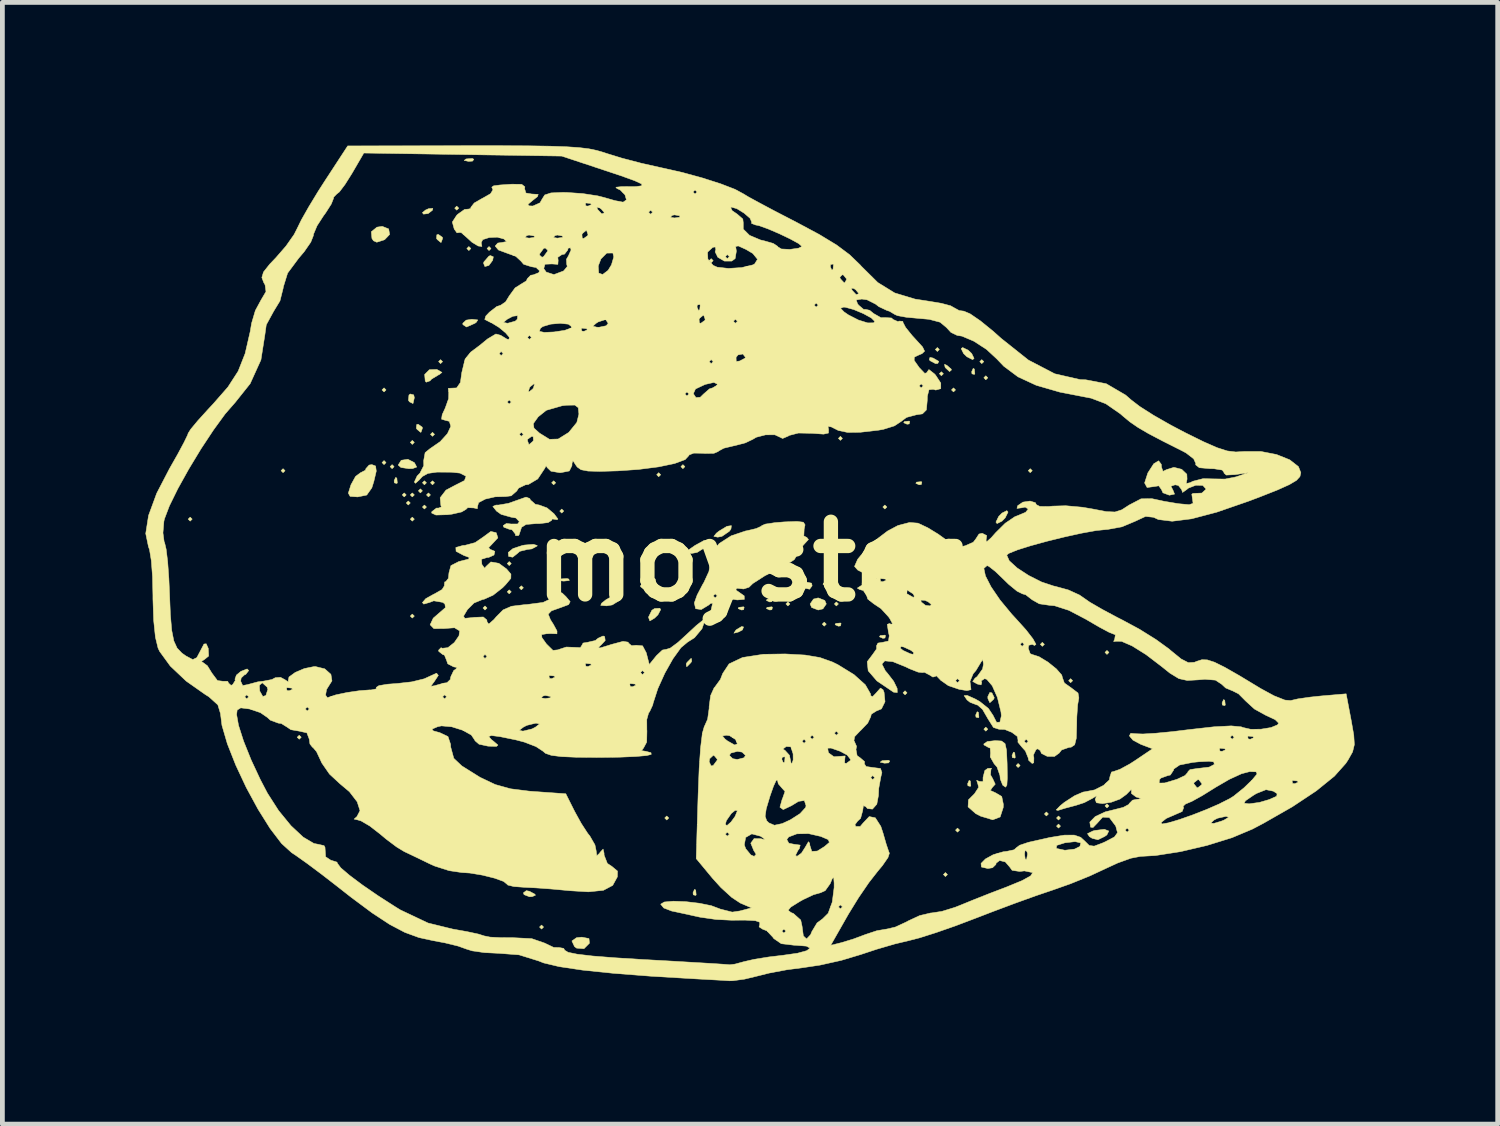
<source format=kicad_pcb>
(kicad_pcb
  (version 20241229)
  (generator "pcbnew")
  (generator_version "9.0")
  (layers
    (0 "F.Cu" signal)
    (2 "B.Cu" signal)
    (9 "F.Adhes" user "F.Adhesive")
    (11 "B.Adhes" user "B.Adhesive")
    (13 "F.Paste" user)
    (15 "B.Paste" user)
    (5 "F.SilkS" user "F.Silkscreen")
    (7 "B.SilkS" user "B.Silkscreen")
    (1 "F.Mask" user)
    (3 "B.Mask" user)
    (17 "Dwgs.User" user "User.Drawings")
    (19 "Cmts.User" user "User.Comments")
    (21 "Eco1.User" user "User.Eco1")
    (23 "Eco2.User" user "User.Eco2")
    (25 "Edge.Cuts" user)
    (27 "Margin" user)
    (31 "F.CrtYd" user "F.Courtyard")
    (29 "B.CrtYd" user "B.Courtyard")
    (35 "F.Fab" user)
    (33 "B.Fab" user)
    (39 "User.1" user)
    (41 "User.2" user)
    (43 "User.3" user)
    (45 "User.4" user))
  (footprint "moyster"
    (layer "F.Cu")
    (at 12.663 8.722)
    (property "Reference" "moyster" (at 0 0 0) (layer "F.SilkS") (effects (font (size 1.524 1.524) (thickness 0.3))))
    (attr through_hole)
    (fp_poly (pts (xy -11.684 -0.889) (xy -11.726 -0.847) (xy -11.769 -0.889) (xy -11.726 -0.931) (xy -11.684 -0.889)) (stroke (width 0.01) (type solid)) (fill yes) (layer "F.SilkS"))
    (fp_poly (pts (xy -9.737 -1.905) (xy -9.779 -1.863) (xy -9.821 -1.905) (xy -9.779 -1.947) (xy -9.737 -1.905)) (stroke (width 0.01) (type solid)) (fill yes) (layer "F.SilkS"))
    (fp_poly (pts (xy -9.398 3.683) (xy -9.44 3.725) (xy -9.483 3.683) (xy -9.44 3.641) (xy -9.398 3.683)) (stroke (width 0.01) (type solid)) (fill yes) (layer "F.SilkS"))
    (fp_poly (pts (xy -7.62 -3.598) (xy -7.662 -3.556) (xy -7.705 -3.598) (xy -7.662 -3.641) (xy -7.62 -3.598)) (stroke (width 0.01) (type solid)) (fill yes) (layer "F.SilkS"))
    (fp_poly (pts (xy -7.62 -2.074) (xy -7.662 -2.032) (xy -7.705 -2.074) (xy -7.662 -2.117) (xy -7.62 -2.074)) (stroke (width 0.01) (type solid)) (fill yes) (layer "F.SilkS"))
    (fp_poly (pts (xy -7.451 -1.99) (xy -7.493 -1.947) (xy -7.535 -1.99) (xy -7.493 -2.032) (xy -7.451 -1.99)) (stroke (width 0.01) (type solid)) (fill yes) (layer "F.SilkS"))
    (fp_poly (pts (xy -7.197 -1.397) (xy -7.239 -1.355) (xy -7.281 -1.397) (xy -7.239 -1.439) (xy -7.197 -1.397)) (stroke (width 0.01) (type solid)) (fill yes) (layer "F.SilkS"))
    (fp_poly (pts (xy -7.112 -1.228) (xy -7.154 -1.185) (xy -7.197 -1.228) (xy -7.154 -1.27) (xy -7.112 -1.228)) (stroke (width 0.01) (type solid)) (fill yes) (layer "F.SilkS"))
    (fp_poly (pts (xy -7.027 -2.498) (xy -7.07 -2.455) (xy -7.112 -2.498) (xy -7.07 -2.54) (xy -7.027 -2.498)) (stroke (width 0.01) (type solid)) (fill yes) (layer "F.SilkS"))
    (fp_poly (pts (xy -7.027 -1.397) (xy -7.07 -1.355) (xy -7.112 -1.397) (xy -7.07 -1.439) (xy -7.027 -1.397)) (stroke (width 0.01) (type solid)) (fill yes) (layer "F.SilkS"))
    (fp_poly (pts (xy -7.027 -0.889) (xy -7.07 -0.847) (xy -7.112 -0.889) (xy -7.07 -0.931) (xy -7.027 -0.889)) (stroke (width 0.01) (type solid)) (fill yes) (layer "F.SilkS"))
    (fp_poly (pts (xy -7.027 1.143) (xy -7.07 1.185) (xy -7.112 1.143) (xy -7.07 1.101) (xy -7.027 1.143)) (stroke (width 0.01) (type solid)) (fill yes) (layer "F.SilkS"))
    (fp_poly (pts (xy -6.858 -1.482) (xy -6.9 -1.439) (xy -6.943 -1.482) (xy -6.9 -1.524) (xy -6.858 -1.482)) (stroke (width 0.01) (type solid)) (fill yes) (layer "F.SilkS"))
    (fp_poly (pts (xy -6.773 -1.651) (xy -6.816 -1.609) (xy -6.858 -1.651) (xy -6.816 -1.693) (xy -6.773 -1.651)) (stroke (width 0.01) (type solid)) (fill yes) (layer "F.SilkS"))
    (fp_poly (pts (xy -6.773 -1.143) (xy -6.816 -1.101) (xy -6.858 -1.143) (xy -6.816 -1.185) (xy -6.773 -1.143)) (stroke (width 0.01) (type solid)) (fill yes) (layer "F.SilkS"))
    (fp_poly (pts (xy -6.689 -1.397) (xy -6.731 -1.355) (xy -6.773 -1.397) (xy -6.731 -1.439) (xy -6.689 -1.397)) (stroke (width 0.01) (type solid)) (fill yes) (layer "F.SilkS"))
    (fp_poly (pts (xy -6.604 -2.667) (xy -6.646 -2.625) (xy -6.689 -2.667) (xy -6.646 -2.709) (xy -6.604 -2.667)) (stroke (width 0.01) (type solid)) (fill yes) (layer "F.SilkS"))
    (fp_poly (pts (xy -6.604 -1.651) (xy -6.646 -1.609) (xy -6.689 -1.651) (xy -6.646 -1.693) (xy -6.604 -1.651)) (stroke (width 0.01) (type solid)) (fill yes) (layer "F.SilkS"))
    (fp_poly (pts (xy -6.435 -4.191) (xy -6.477 -4.149) (xy -6.519 -4.191) (xy -6.477 -4.233) (xy -6.435 -4.191)) (stroke (width 0.01) (type solid)) (fill yes) (layer "F.SilkS"))
    (fp_poly (pts (xy -6.096 -7.408) (xy -6.138 -7.366) (xy -6.181 -7.408) (xy -6.138 -7.451) (xy -6.096 -7.408)) (stroke (width 0.01) (type solid)) (fill yes) (layer "F.SilkS"))
    (fp_poly (pts (xy -5.842 -6.562) (xy -5.884 -6.519) (xy -5.927 -6.562) (xy -5.884 -6.604) (xy -5.842 -6.562)) (stroke (width 0.01) (type solid)) (fill yes) (layer "F.SilkS"))
    (fp_poly (pts (xy -5.503 0.974) (xy -5.546 1.016) (xy -5.588 0.974) (xy -5.546 0.931) (xy -5.503 0.974)) (stroke (width 0.01) (type solid)) (fill yes) (layer "F.SilkS"))
    (fp_poly (pts (xy -5.419 -6.562) (xy -5.461 -6.519) (xy -5.503 -6.562) (xy -5.461 -6.604) (xy -5.419 -6.562)) (stroke (width 0.01) (type solid)) (fill yes) (layer "F.SilkS"))
    (fp_poly (pts (xy -4.995 0.042) (xy -5.038 0.085) (xy -5.08 0.042) (xy -5.038 0) (xy -4.995 0.042)) (stroke (width 0.01) (type solid)) (fill yes) (layer "F.SilkS"))
    (fp_poly (pts (xy -4.995 0.635) (xy -5.038 0.677) (xy -5.08 0.635) (xy -5.038 0.593) (xy -4.995 0.635)) (stroke (width 0.01) (type solid)) (fill yes) (layer "F.SilkS"))
    (fp_poly (pts (xy -4.741 0.55) (xy -4.784 0.593) (xy -4.826 0.55) (xy -4.784 0.508) (xy -4.741 0.55)) (stroke (width 0.01) (type solid)) (fill yes) (layer "F.SilkS"))
    (fp_poly (pts (xy -4.318 7.662) (xy -4.36 7.705) (xy -4.403 7.662) (xy -4.36 7.62) (xy -4.318 7.662)) (stroke (width 0.01) (type solid)) (fill yes) (layer "F.SilkS"))
    (fp_poly (pts (xy -4.149 0.466) (xy -4.191 0.508) (xy -4.233 0.466) (xy -4.191 0.423) (xy -4.149 0.466)) (stroke (width 0.01) (type solid)) (fill yes) (layer "F.SilkS"))
    (fp_poly (pts (xy -4.064 -1.651) (xy -4.106 -1.609) (xy -4.149 -1.651) (xy -4.106 -1.693) (xy -4.064 -1.651)) (stroke (width 0.01) (type solid)) (fill yes) (layer "F.SilkS"))
    (fp_poly (pts (xy -3.895 -1.058) (xy -3.937 -1.016) (xy -3.979 -1.058) (xy -3.937 -1.101) (xy -3.895 -1.058)) (stroke (width 0.01) (type solid)) (fill yes) (layer "F.SilkS"))
    (fp_poly (pts (xy -1.863 -1.82) (xy -1.905 -1.778) (xy -1.947 -1.82) (xy -1.905 -1.863) (xy -1.863 -1.82)) (stroke (width 0.01) (type solid)) (fill yes) (layer "F.SilkS"))
    (fp_poly (pts (xy -1.693 5.376) (xy -1.736 5.419) (xy -1.778 5.376) (xy -1.736 5.334) (xy -1.693 5.376)) (stroke (width 0.01) (type solid)) (fill yes) (layer "F.SilkS"))
    (fp_poly (pts (xy -1.355 -1.99) (xy -1.397 -1.947) (xy -1.439 -1.99) (xy -1.397 -2.032) (xy -1.355 -1.99)) (stroke (width 0.01) (type solid)) (fill yes) (layer "F.SilkS"))
    (fp_poly (pts (xy -0.762 -6.308) (xy -0.804 -6.265) (xy -0.847 -6.308) (xy -0.804 -6.35) (xy -0.762 -6.308)) (stroke (width 0.01) (type solid)) (fill yes) (layer "F.SilkS"))
    (fp_poly (pts (xy 0.593 0.635) (xy 0.55 0.677) (xy 0.508 0.635) (xy 0.55 0.593) (xy 0.593 0.635)) (stroke (width 0.01) (type solid)) (fill yes) (layer "F.SilkS"))
    (fp_poly (pts (xy 0.847 0.889) (xy 0.804 0.931) (xy 0.762 0.889) (xy 0.804 0.847) (xy 0.847 0.889)) (stroke (width 0.01) (type solid)) (fill yes) (layer "F.SilkS"))
    (fp_poly (pts (xy 1.609 1.312) (xy 1.566 1.355) (xy 1.524 1.312) (xy 1.566 1.27) (xy 1.609 1.312)) (stroke (width 0.01) (type solid)) (fill yes) (layer "F.SilkS"))
    (fp_poly (pts (xy 1.863 0.72) (xy 1.82 0.762) (xy 1.778 0.72) (xy 1.82 0.677) (xy 1.863 0.72)) (stroke (width 0.01) (type solid)) (fill yes) (layer "F.SilkS"))
    (fp_poly (pts (xy 1.863 0.889) (xy 1.82 0.931) (xy 1.778 0.889) (xy 1.82 0.847) (xy 1.863 0.889)) (stroke (width 0.01) (type solid)) (fill yes) (layer "F.SilkS"))
    (fp_poly (pts (xy 1.947 -2.582) (xy 1.905 -2.54) (xy 1.863 -2.582) (xy 1.905 -2.625) (xy 1.947 -2.582)) (stroke (width 0.01) (type solid)) (fill yes) (layer "F.SilkS"))
    (fp_poly (pts (xy 2.879 -1.143) (xy 2.836 -1.101) (xy 2.794 -1.143) (xy 2.836 -1.185) (xy 2.879 -1.143)) (stroke (width 0.01) (type solid)) (fill yes) (layer "F.SilkS"))
    (fp_poly (pts (xy 3.302 2.752) (xy 3.26 2.794) (xy 3.217 2.752) (xy 3.26 2.709) (xy 3.302 2.752)) (stroke (width 0.01) (type solid)) (fill yes) (layer "F.SilkS"))
    (fp_poly (pts (xy 3.979 -4.445) (xy 3.937 -4.403) (xy 3.895 -4.445) (xy 3.937 -4.487) (xy 3.979 -4.445)) (stroke (width 0.01) (type solid)) (fill yes) (layer "F.SilkS"))
    (fp_poly (pts (xy 4.064 -3.937) (xy 4.022 -3.895) (xy 3.979 -3.937) (xy 4.022 -3.979) (xy 4.064 -3.937)) (stroke (width 0.01) (type solid)) (fill yes) (layer "F.SilkS"))
    (fp_poly (pts (xy 4.149 6.562) (xy 4.106 6.604) (xy 4.064 6.562) (xy 4.106 6.519) (xy 4.149 6.562)) (stroke (width 0.01) (type solid)) (fill yes) (layer "F.SilkS"))
    (fp_poly (pts (xy 4.318 -3.598) (xy 4.276 -3.556) (xy 4.233 -3.598) (xy 4.276 -3.641) (xy 4.318 -3.598)) (stroke (width 0.01) (type solid)) (fill yes) (layer "F.SilkS"))
    (fp_poly (pts (xy 4.403 5.63) (xy 4.36 5.673) (xy 4.318 5.63) (xy 4.36 5.588) (xy 4.403 5.63)) (stroke (width 0.01) (type solid)) (fill yes) (layer "F.SilkS"))
    (fp_poly (pts (xy 4.911 -4.191) (xy 4.868 -4.149) (xy 4.826 -4.191) (xy 4.868 -4.233) (xy 4.911 -4.191)) (stroke (width 0.01) (type solid)) (fill yes) (layer "F.SilkS"))
    (fp_poly (pts (xy 4.995 -3.852) (xy 4.953 -3.81) (xy 4.911 -3.852) (xy 4.953 -3.895) (xy 4.995 -3.852)) (stroke (width 0.01) (type solid)) (fill yes) (layer "F.SilkS"))
    (fp_poly (pts (xy 4.995 3.514) (xy 4.953 3.556) (xy 4.911 3.514) (xy 4.953 3.471) (xy 4.995 3.514)) (stroke (width 0.01) (type solid)) (fill yes) (layer "F.SilkS"))
    (fp_poly (pts (xy 5.673 4.276) (xy 5.63 4.318) (xy 5.588 4.276) (xy 5.63 4.233) (xy 5.673 4.276)) (stroke (width 0.01) (type solid)) (fill yes) (layer "F.SilkS"))
    (fp_poly (pts (xy 5.927 -1.905) (xy 5.884 -1.863) (xy 5.842 -1.905) (xy 5.884 -1.947) (xy 5.927 -1.905)) (stroke (width 0.01) (type solid)) (fill yes) (layer "F.SilkS"))
    (fp_poly (pts (xy 6.181 1.736) (xy 6.138 1.778) (xy 6.096 1.736) (xy 6.138 1.693) (xy 6.181 1.736)) (stroke (width 0.01) (type solid)) (fill yes) (layer "F.SilkS"))
    (fp_poly (pts (xy 6.265 5.292) (xy 6.223 5.334) (xy 6.181 5.292) (xy 6.223 5.249) (xy 6.265 5.292)) (stroke (width 0.01) (type solid)) (fill yes) (layer "F.SilkS"))
    (fp_poly (pts (xy 6.519 5.376) (xy 6.477 5.419) (xy 6.435 5.376) (xy 6.477 5.334) (xy 6.519 5.376)) (stroke (width 0.01) (type solid)) (fill yes) (layer "F.SilkS"))
    (fp_poly (pts (xy 6.519 5.546) (xy 6.477 5.588) (xy 6.435 5.546) (xy 6.477 5.503) (xy 6.519 5.546)) (stroke (width 0.01) (type solid)) (fill yes) (layer "F.SilkS"))
    (fp_poly (pts (xy 6.773 2.498) (xy 6.731 2.54) (xy 6.689 2.498) (xy 6.731 2.455) (xy 6.773 2.498)) (stroke (width 0.01) (type solid)) (fill yes) (layer "F.SilkS"))
    (fp_poly (pts (xy 7.535 1.905) (xy 7.493 1.947) (xy 7.451 1.905) (xy 7.493 1.863) (xy 7.535 1.905)) (stroke (width 0.01) (type solid)) (fill yes) (layer "F.SilkS"))
    (fp_poly (pts (xy 7.535 5.122) (xy 7.493 5.165) (xy 7.451 5.122) (xy 7.493 5.08) (xy 7.535 5.122)) (stroke (width 0.01) (type solid)) (fill yes) (layer "F.SilkS"))
    (fp_poly (pts (xy -7.394 -1.75) (xy -7.384 -1.649) (xy -7.394 -1.637) (xy -7.445 -1.649) (xy -7.451 -1.693) (xy -7.42 -1.763) (xy -7.394 -1.75)) (stroke (width 0.01) (type solid)) (fill yes) (layer "F.SilkS"))
    (fp_poly (pts (xy -5.78 -8.433) (xy -5.806 -8.395) (xy -5.891 -8.389) (xy -5.982 -8.409) (xy -5.943 -8.44) (xy -5.81 -8.45) (xy -5.78 -8.433)) (stroke (width 0.01) (type solid)) (fill yes) (layer "F.SilkS"))
    (fp_poly (pts (xy -3.789 0.367) (xy -3.778 0.398) (xy -3.895 0.41) (xy -4.015 0.397) (xy -4 0.367) (xy -3.827 0.356) (xy -3.789 0.367)) (stroke (width 0.01) (type solid)) (fill yes) (layer "F.SilkS"))
    (fp_poly (pts (xy -1.976 0.367) (xy -1.965 0.467) (xy -1.976 0.48) (xy -2.026 0.468) (xy -2.032 0.423) (xy -2.001 0.354) (xy -1.976 0.367)) (stroke (width 0.01) (type solid)) (fill yes) (layer "F.SilkS"))
    (fp_poly (pts (xy -1.129 6.886) (xy -1.119 6.987) (xy -1.129 6.999) (xy -1.179 6.987) (xy -1.185 6.943) (xy -1.154 6.873) (xy -1.129 6.886)) (stroke (width 0.01) (type solid)) (fill yes) (layer "F.SilkS"))
    (fp_poly (pts (xy -0.113 0.96) (xy -0.125 1.01) (xy -0.169 1.016) (xy -0.239 0.985) (xy -0.226 0.96) (xy -0.125 0.949) (xy -0.113 0.96)) (stroke (width 0.01) (type solid)) (fill yes) (layer "F.SilkS"))
    (fp_poly (pts (xy 0.48 0.79) (xy 0.468 0.841) (xy 0.423 0.847) (xy 0.354 0.816) (xy 0.367 0.79) (xy 0.467 0.78) (xy 0.48 0.79)) (stroke (width 0.01) (type solid)) (fill yes) (layer "F.SilkS"))
    (fp_poly (pts (xy 0.48 0.96) (xy 0.468 1.01) (xy 0.423 1.016) (xy 0.354 0.985) (xy 0.367 0.96) (xy 0.467 0.949) (xy 0.48 0.96)) (stroke (width 0.01) (type solid)) (fill yes) (layer "F.SilkS"))
    (fp_poly (pts (xy 1.665 0.452) (xy 1.653 0.502) (xy 1.609 0.508) (xy 1.539 0.477) (xy 1.552 0.452) (xy 1.653 0.441) (xy 1.665 0.452)) (stroke (width 0.01) (type solid)) (fill yes) (layer "F.SilkS"))
    (fp_poly (pts (xy 1.919 1.298) (xy 1.907 1.349) (xy 1.863 1.355) (xy 1.793 1.324) (xy 1.806 1.298) (xy 1.907 1.288) (xy 1.919 1.298)) (stroke (width 0.01) (type solid)) (fill yes) (layer "F.SilkS"))
    (fp_poly (pts (xy 2.85 1.552) (xy 2.839 1.603) (xy 2.794 1.609) (xy 2.724 1.578) (xy 2.738 1.552) (xy 2.838 1.542) (xy 2.85 1.552)) (stroke (width 0.01) (type solid)) (fill yes) (layer "F.SilkS"))
    (fp_poly (pts (xy 2.94 4.182) (xy 2.915 4.221) (xy 2.829 4.227) (xy 2.739 4.206) (xy 2.778 4.175) (xy 2.91 4.165) (xy 2.94 4.182)) (stroke (width 0.01) (type solid)) (fill yes) (layer "F.SilkS"))
    (fp_poly (pts (xy 3.358 -2.935) (xy 3.347 -2.885) (xy 3.302 -2.879) (xy 3.232 -2.91) (xy 3.246 -2.935) (xy 3.346 -2.945) (xy 3.358 -2.935)) (stroke (width 0.01) (type solid)) (fill yes) (layer "F.SilkS"))
    (fp_poly (pts (xy 3.612 -1.665) (xy 3.601 -1.615) (xy 3.556 -1.609) (xy 3.486 -1.64) (xy 3.5 -1.665) (xy 3.6 -1.675) (xy 3.612 -1.665)) (stroke (width 0.01) (type solid)) (fill yes) (layer "F.SilkS"))
    (fp_poly (pts (xy 4.628 4.6) (xy 4.639 4.701) (xy 4.628 4.713) (xy 4.578 4.701) (xy 4.572 4.657) (xy 4.603 4.587) (xy 4.628 4.6)) (stroke (width 0.01) (type solid)) (fill yes) (layer "F.SilkS"))
    (fp_poly (pts (xy 4.713 -4.036) (xy 4.723 -3.935) (xy 4.713 -3.923) (xy 4.663 -3.935) (xy 4.657 -3.979) (xy 4.688 -4.049) (xy 4.713 -4.036)) (stroke (width 0.01) (type solid)) (fill yes) (layer "F.SilkS"))
    (fp_poly (pts (xy 4.798 3.161) (xy 4.808 3.261) (xy 4.798 3.274) (xy 4.747 3.262) (xy 4.741 3.217) (xy 4.772 3.148) (xy 4.798 3.161)) (stroke (width 0.01) (type solid)) (fill yes) (layer "F.SilkS"))
    (fp_poly (pts (xy 5.56 4.008) (xy 5.57 4.108) (xy 5.56 4.12) (xy 5.509 4.109) (xy 5.503 4.064) (xy 5.534 3.994) (xy 5.56 4.008)) (stroke (width 0.01) (type solid)) (fill yes) (layer "F.SilkS"))
    (fp_poly (pts (xy 9.962 2.907) (xy 9.973 3.007) (xy 9.962 3.02) (xy 9.912 3.008) (xy 9.906 2.963) (xy 9.937 2.894) (xy 9.962 2.907)) (stroke (width 0.01) (type solid)) (fill yes) (layer "F.SilkS"))
    (fp_poly (pts (xy -7.04 -3.494) (xy -7.027 -3.434) (xy -7.055 -3.312) (xy -7.129 -3.348) (xy -7.151 -3.381) (xy -7.14 -3.49) (xy -7.113 -3.513) (xy -7.04 -3.494)) (stroke (width 0.01) (type solid)) (fill yes) (layer "F.SilkS"))
    (fp_poly (pts (xy -6.647 -7.365) (xy -6.737 -7.295) (xy -6.835 -7.283) (xy -6.858 -7.315) (xy -6.792 -7.369) (xy -6.727 -7.398) (xy -6.639 -7.404) (xy -6.647 -7.365)) (stroke (width 0.01) (type solid)) (fill yes) (layer "F.SilkS"))
    (fp_poly (pts (xy -0.125 1.371) (xy -0.15 1.434) (xy -0.229 1.476) (xy -0.328 1.502) (xy -0.288 1.44) (xy -0.277 1.429) (xy -0.166 1.362) (xy -0.125 1.371)) (stroke (width 0.01) (type solid)) (fill yes) (layer "F.SilkS"))
    (fp_poly (pts (xy 3.848 -4.266) (xy 3.967 -4.197) (xy 3.947 -4.153) (xy 3.9 -4.149) (xy 3.785 -4.21) (xy 3.768 -4.232) (xy 3.782 -4.28) (xy 3.848 -4.266)) (stroke (width 0.01) (type solid)) (fill yes) (layer "F.SilkS"))
    (fp_poly (pts (xy 4.136 -4.114) (xy 4.226 -4.036) (xy 4.233 -4.017) (xy 4.193 -3.982) (xy 4.109 -4.06) (xy 4.098 -4.077) (xy 4.088 -4.135) (xy 4.136 -4.114)) (stroke (width 0.01) (type solid)) (fill yes) (layer "F.SilkS"))
    (fp_poly (pts (xy 5.081 2.753) (xy 5.13 2.854) (xy 5.119 2.885) (xy 5.037 2.96) (xy 4.997 2.874) (xy 4.995 2.831) (xy 5.037 2.744) (xy 5.081 2.753)) (stroke (width 0.01) (type solid)) (fill yes) (layer "F.SilkS"))
    (fp_poly (pts (xy -6.861 -2.817) (xy -6.858 -2.794) (xy -6.887 -2.712) (xy -6.895 -2.709) (xy -6.968 -2.769) (xy -6.985 -2.794) (xy -6.978 -2.872) (xy -6.948 -2.879) (xy -6.861 -2.817)) (stroke (width 0.01) (type solid)) (fill yes) (layer "F.SilkS"))
    (fp_poly (pts (xy -6.438 -6.797) (xy -6.435 -6.773) (xy -6.464 -6.691) (xy -6.472 -6.689) (xy -6.544 -6.748) (xy -6.562 -6.773) (xy -6.555 -6.851) (xy -6.524 -6.858) (xy -6.438 -6.797)) (stroke (width 0.01) (type solid)) (fill yes) (layer "F.SilkS"))
    (fp_poly (pts (xy -5.697 -5.065) (xy -5.728 -5.016) (xy -5.757 -4.995) (xy -5.933 -4.917) (xy -6.009 -4.967) (xy -6.011 -4.995) (xy -5.94 -5.061) (xy -5.821 -5.079) (xy -5.697 -5.065)) (stroke (width 0.01) (type solid)) (fill yes) (layer "F.SilkS"))
    (fp_poly (pts (xy -5.371 -6.389) (xy -5.385 -6.315) (xy -5.464 -6.208) (xy -5.548 -6.184) (xy -5.576 -6.253) (xy -5.569 -6.281) (xy -5.465 -6.401) (xy -5.434 -6.415) (xy -5.371 -6.389)) (stroke (width 0.01) (type solid)) (fill yes) (layer "F.SilkS"))
    (fp_poly (pts (xy -4.614 6.912) (xy -4.503 6.972) (xy -4.487 6.994) (xy -4.556 7.024) (xy -4.614 7.027) (xy -4.727 6.983) (xy -4.741 6.945) (xy -4.679 6.899) (xy -4.614 6.912)) (stroke (width 0.01) (type solid)) (fill yes) (layer "F.SilkS"))
    (fp_poly (pts (xy -3.366 7.903) (xy -3.356 8.001) (xy -3.471 8.116) (xy -3.626 8.104) (xy -3.669 8.072) (xy -3.724 7.954) (xy -3.626 7.885) (xy -3.516 7.874) (xy -3.366 7.903)) (stroke (width 0.01) (type solid)) (fill yes) (layer "F.SilkS"))
    (fp_poly (pts (xy -2.119 0.488) (xy -2.117 0.508) (xy -2.181 0.59) (xy -2.201 0.593) (xy -2.284 0.528) (xy -2.286 0.508) (xy -2.222 0.426) (xy -2.201 0.423) (xy -2.119 0.488)) (stroke (width 0.01) (type solid)) (fill yes) (layer "F.SilkS"))
    (fp_poly (pts (xy -1.212 2.087) (xy -1.228 2.117) (xy -1.307 2.198) (xy -1.322 2.201) (xy -1.328 2.147) (xy -1.312 2.117) (xy -1.233 2.036) (xy -1.218 2.032) (xy -1.212 2.087)) (stroke (width 0.01) (type solid)) (fill yes) (layer "F.SilkS"))
    (fp_poly (pts (xy 1.3 0.453) (xy 1.312 0.508) (xy 1.259 0.58) (xy 1.188 0.564) (xy 1.101 0.508) (xy 1.035 0.447) (xy 1.12 0.426) (xy 1.169 0.425) (xy 1.3 0.453)) (stroke (width 0.01) (type solid)) (fill yes) (layer "F.SilkS"))
    (fp_poly (pts (xy 1.577 0.815) (xy 1.609 0.889) (xy 1.538 0.992) (xy 1.439 1.016) (xy 1.301 0.963) (xy 1.27 0.889) (xy 1.341 0.786) (xy 1.439 0.762) (xy 1.577 0.815)) (stroke (width 0.01) (type solid)) (fill yes) (layer "F.SilkS"))
    (fp_poly (pts (xy 4.586 -4.429) (xy 4.657 -4.36) (xy 4.707 -4.258) (xy 4.677 -4.233) (xy 4.558 -4.292) (xy 4.487 -4.36) (xy 4.437 -4.463) (xy 4.467 -4.487) (xy 4.586 -4.429)) (stroke (width 0.01) (type solid)) (fill yes) (layer "F.SilkS"))
    (fp_poly (pts (xy 5.419 -1.037) (xy 5.36 -0.917) (xy 5.292 -0.847) (xy 5.189 -0.796) (xy 5.165 -0.826) (xy 5.223 -0.946) (xy 5.292 -1.016) (xy 5.394 -1.067) (xy 5.419 -1.037)) (stroke (width 0.01) (type solid)) (fill yes) (layer "F.SilkS"))
    (fp_poly (pts (xy -7.028 -2.075) (xy -7.023 -2.069) (xy -6.977 -1.981) (xy -7.064 -1.949) (xy -7.144 -1.947) (xy -7.308 -1.972) (xy -7.366 -2.023) (xy -7.302 -2.123) (xy -7.163 -2.144) (xy -7.028 -2.075)) (stroke (width 0.01) (type solid)) (fill yes) (layer "F.SilkS"))
    (fp_poly (pts (xy -2.663 0.72) (xy -2.709 0.804) (xy -2.877 0.909) (xy -2.995 0.929) (xy -3.12 0.919) (xy -3.101 0.873) (xy -3.011 0.802) (xy -2.838 0.701) (xy -2.709 0.674) (xy -2.663 0.72)) (stroke (width 0.01) (type solid)) (fill yes) (layer "F.SilkS"))
    (fp_poly (pts (xy -1.863 1.008) (xy -1.92 1.116) (xy -1.99 1.185) (xy -2.09 1.245) (xy -2.117 1.172) (xy -2.117 1.162) (xy -2.048 1.022) (xy -1.99 0.985) (xy -1.88 0.979) (xy -1.863 1.008)) (stroke (width 0.01) (type solid)) (fill yes) (layer "F.SilkS"))
    (fp_poly (pts (xy -0.881 -0.363) (xy -0.93 -0.298) (xy -1.099 -0.191) (xy -1.217 -0.17) (xy -1.319 -0.181) (xy -1.298 -0.229) (xy -1.146 -0.336) (xy -0.95 -0.444) (xy -0.856 -0.453) (xy -0.881 -0.363)) (stroke (width 0.01) (type solid)) (fill yes) (layer "F.SilkS"))
    (fp_poly (pts (xy -0.39 -0.681) (xy -0.423 -0.635) (xy -0.579 -0.528) (xy -0.667 -0.511) (xy -0.748 -0.528) (xy -0.695 -0.595) (xy -0.64 -0.638) (xy -0.474 -0.739) (xy -0.38 -0.753) (xy -0.39 -0.681)) (stroke (width 0.01) (type solid)) (fill yes) (layer "F.SilkS"))
    (fp_poly (pts (xy -7.565 -6.973) (xy -7.545 -6.857) (xy -7.647 -6.75) (xy -7.669 -6.74) (xy -7.814 -6.694) (xy -7.883 -6.724) (xy -7.916 -6.773) (xy -7.929 -6.914) (xy -7.811 -7.01) (xy -7.7 -7.027) (xy -7.565 -6.973)) (stroke (width 0.01) (type solid)) (fill yes) (layer "F.SilkS"))
    (fp_poly (pts (xy 7.531 5.649) (xy 7.492 5.729) (xy 7.448 5.761) (xy 7.304 5.832) (xy 7.185 5.803) (xy 7.125 5.767) (xy 7.084 5.704) (xy 7.196 5.649) (xy 7.241 5.637) (xy 7.438 5.613) (xy 7.531 5.649)) (stroke (width 0.01) (type solid)) (fill yes) (layer "F.SilkS"))
    (fp_poly (pts (xy -6.549 -4.024) (xy -6.448 -3.966) (xy -6.502 -3.921) (xy -6.519 -3.914) (xy -6.665 -3.826) (xy -6.699 -3.788) (xy -6.778 -3.76) (xy -6.799 -3.784) (xy -6.811 -3.922) (xy -6.711 -4.022) (xy -6.557 -4.027) (xy -6.549 -4.024)) (stroke (width 0.01) (type solid)) (fill yes) (layer "F.SilkS"))
    (fp_poly (pts (xy -4.451 -0.337) (xy -4.454 -0.325) (xy -4.565 -0.265) (xy -4.657 -0.254) (xy -4.817 -0.214) (xy -4.868 -0.169) (xy -4.966 -0.091) (xy -5.051 -0.108) (xy -5.059 -0.19) (xy -4.96 -0.272) (xy -4.76 -0.338) (xy -4.717 -0.346) (xy -4.531 -0.361) (xy -4.451 -0.337)) (stroke (width 0.01) (type solid)) (fill yes) (layer "F.SilkS"))
    (fp_poly (pts (xy -7.839 -2.003) (xy -7.825 -1.896) (xy -7.876 -1.679) (xy -7.918 -1.545) (xy -8.025 -1.394) (xy -8.215 -1.355) (xy -8.373 -1.366) (xy -8.411 -1.434) (xy -8.356 -1.608) (xy -8.356 -1.609) (xy -8.259 -1.785) (xy -8.156 -1.862) (xy -8.152 -1.863) (xy -8.052 -1.915) (xy -8.043 -1.947) (xy -7.975 -2.023) (xy -7.917 -2.032) (xy -7.839 -2.003)) (stroke (width 0.01) (type solid)) (fill yes) (layer "F.SilkS"))
    (fp_poly (pts (xy 5.283 3.762) (xy 5.356 3.816) (xy 5.387 3.954) (xy 5.399 4.218) (xy 5.4 4.247) (xy 5.404 4.538) (xy 5.395 4.688) (xy 5.367 4.73) (xy 5.312 4.691) (xy 5.306 4.685) (xy 5.256 4.559) (xy 5.249 4.484) (xy 5.188 4.308) (xy 5.127 4.238) (xy 5.046 4.096) (xy 5.052 4.015) (xy 5.045 3.911) (xy 5.004 3.895) (xy 4.915 3.845) (xy 4.911 3.824) (xy 4.984 3.773) (xy 5.149 3.754) (xy 5.283 3.762)) (stroke (width 0.01) (type solid)) (fill yes) (layer "F.SilkS"))
    (fp_poly (pts (xy 5.06 4.362) (xy 5.052 4.473) (xy 5.096 4.549) (xy 5.151 4.667) (xy 5.089 4.736) (xy 5.048 4.799) (xy 5.159 4.849) (xy 5.287 4.925) (xy 5.321 5.091) (xy 5.318 5.157) (xy 5.254 5.354) (xy 5.098 5.414) (xy 4.846 5.338) (xy 4.741 5.284) (xy 4.581 5.143) (xy 4.589 4.994) (xy 4.717 4.866) (xy 4.803 4.733) (xy 4.784 4.656) (xy 4.761 4.586) (xy 4.819 4.61) (xy 4.895 4.612) (xy 4.895 4.526) (xy 4.932 4.381) (xy 4.995 4.336) (xy 5.073 4.333) (xy 5.06 4.362)) (stroke (width 0.01) (type solid)) (fill yes) (layer "F.SilkS"))
    (fp_poly (pts (xy -4.607 -1.321) (xy -4.593 -1.29) (xy -4.49 -1.2) (xy -4.409 -1.185) (xy -4.246 -1.125) (xy -4.098 -1.001) (xy -4.017 -0.892) (xy -4.037 -0.876) (xy -4.043 -0.879) (xy -4.136 -0.893) (xy -4.149 -0.864) (xy -4.223 -0.817) (xy -4.409 -0.795) (xy -4.466 -0.796) (xy -4.684 -0.778) (xy -4.782 -0.717) (xy -4.783 -0.706) (xy -4.832 -0.561) (xy -4.847 -0.543) (xy -4.905 -0.544) (xy -4.911 -0.579) (xy -4.979 -0.666) (xy -5.038 -0.677) (xy -5.15 -0.719) (xy -5.165 -0.754) (xy -5.097 -0.798) (xy -4.995 -0.787) (xy -4.86 -0.788) (xy -4.826 -0.837) (xy -4.897 -0.913) (xy -5.001 -0.931) (xy -5.207 -0.989) (xy -5.304 -1.058) (xy -5.382 -1.156) (xy -5.316 -1.184) (xy -5.259 -1.185) (xy -5.055 -1.22) (xy -4.858 -1.29) (xy -4.685 -1.351) (xy -4.607 -1.321)) (stroke (width 0.01) (type solid)) (fill yes) (layer "F.SilkS"))
    (fp_poly (pts (xy 1.128 -0.825) (xy 1.164 -0.77) (xy 1.145 -0.683) (xy 1.138 -0.536) (xy 1.201 -0.505) (xy 1.235 -0.462) (xy 1.137 -0.355) (xy 1.016 -0.219) (xy 0.989 -0.124) (xy 0.937 -0.04) (xy 0.775 0.069) (xy 0.699 0.107) (xy 0.319 0.299) (xy 0.069 0.46) (xy -0.011 0.538) (xy -0.124 0.575) (xy -0.265 0.559) (xy -0.466 0.507) (xy -0.275 0.605) (xy -0.112 0.719) (xy -0.109 0.793) (xy -0.259 0.805) (xy -0.337 0.792) (xy -0.526 0.778) (xy -0.629 0.864) (xy -0.673 0.963) (xy -0.758 1.135) (xy -0.817 1.179) (xy -0.824 1.09) (xy -0.801 0.995) (xy -0.773 0.869) (xy -0.822 0.881) (xy -0.854 0.91) (xy -1.012 1.006) (xy -1.13 0.989) (xy -1.158 0.868) (xy -1.105 0.72) (xy -0.762 0.72) (xy -0.72 0.762) (xy -0.677 0.72) (xy -0.72 0.677) (xy -0.762 0.72) (xy -1.105 0.72) (xy -1.098 0.701) (xy -0.982 0.479) (xy -0.957 0.438) (xy -0.851 0.207) (xy -0.822 0.008) (xy -0.826 -0.015) (xy -0.793 -0.195) (xy -0.634 -0.38) (xy -0.386 -0.539) (xy -0.088 -0.64) (xy -0.064 -0.644) (xy 0.14 -0.692) (xy 0.248 -0.741) (xy 0.254 -0.752) (xy 0.331 -0.785) (xy 0.529 -0.815) (xy 0.727 -0.831) (xy 0.994 -0.841) (xy 1.128 -0.825)) (stroke (width 0.01) (type solid)) (fill yes) (layer "F.SilkS"))
    (fp_poly (pts (xy -4.642 -8.715) (xy -4.19 -8.708) (xy -3.841 -8.696) (xy -3.575 -8.678) (xy -3.369 -8.653) (xy -3.201 -8.618) (xy -3.051 -8.574) (xy -2.998 -8.556) (xy -2.677 -8.457) (xy -2.273 -8.351) (xy -1.868 -8.26) (xy -1.836 -8.253) (xy -1.413 -8.158) (xy -0.989 -8.042) (xy -0.605 -7.919) (xy -0.304 -7.803) (xy -0.128 -7.708) (xy -0.024 -7.645) (xy 0.2 -7.523) (xy 0.513 -7.356) (xy 0.886 -7.163) (xy 0.973 -7.118) (xy 1.461 -6.857) (xy 1.825 -6.636) (xy 2.098 -6.432) (xy 2.316 -6.222) (xy 2.346 -6.188) (xy 2.689 -5.849) (xy 3.043 -5.631) (xy 3.469 -5.502) (xy 3.748 -5.459) (xy 4.019 -5.414) (xy 4.215 -5.362) (xy 4.282 -5.324) (xy 4.395 -5.262) (xy 4.493 -5.249) (xy 4.623 -5.194) (xy 4.839 -5.046) (xy 5.105 -4.83) (xy 5.275 -4.678) (xy 5.846 -4.224) (xy 6.399 -3.936) (xy 6.933 -3.814) (xy 7.05 -3.81) (xy 7.477 -3.728) (xy 7.884 -3.49) (xy 8.001 -3.388) (xy 8.181 -3.25) (xy 8.47 -3.066) (xy 8.826 -2.863) (xy 9.126 -2.705) (xy 9.519 -2.511) (xy 9.802 -2.387) (xy 10.014 -2.319) (xy 10.193 -2.297) (xy 10.379 -2.308) (xy 10.718 -2.308) (xy 11.047 -2.244) (xy 11.324 -2.133) (xy 11.507 -1.99) (xy 11.557 -1.863) (xy 11.538 -1.781) (xy 11.466 -1.702) (xy 11.316 -1.613) (xy 11.065 -1.5) (xy 10.69 -1.352) (xy 10.456 -1.264) (xy 9.794 -1.035) (xy 9.266 -0.896) (xy 8.86 -0.845) (xy 8.57 -0.881) (xy 8.469 -0.928) (xy 8.302 -0.946) (xy 8.078 -0.842) (xy 7.806 -0.728) (xy 7.504 -0.673) (xy 7.483 -0.672) (xy 7.267 -0.65) (xy 6.962 -0.595) (xy 6.607 -0.517) (xy 6.238 -0.426) (xy 5.895 -0.332) (xy 5.615 -0.244) (xy 5.436 -0.172) (xy 5.392 -0.136) (xy 5.444 -0.017) (xy 5.612 0.136) (xy 5.853 0.293) (xy 6.123 0.429) (xy 6.379 0.514) (xy 6.402 0.518) (xy 6.683 0.595) (xy 6.916 0.701) (xy 6.98 0.745) (xy 7.135 0.853) (xy 7.396 1.004) (xy 7.712 1.173) (xy 7.813 1.224) (xy 8.173 1.418) (xy 8.521 1.635) (xy 8.794 1.833) (xy 8.829 1.864) (xy 9.048 2.042) (xy 9.198 2.119) (xy 9.325 2.112) (xy 9.38 2.09) (xy 9.481 2.058) (xy 9.595 2.061) (xy 9.747 2.11) (xy 9.963 2.217) (xy 10.269 2.392) (xy 10.691 2.647) (xy 10.708 2.658) (xy 10.995 2.814) (xy 11.222 2.904) (xy 11.343 2.914) (xy 11.494 2.879) (xy 11.751 2.842) (xy 11.99 2.817) (xy 12.507 2.773) (xy 12.614 3.336) (xy 12.667 3.64) (xy 12.679 3.838) (xy 12.642 3.99) (xy 12.549 4.156) (xy 12.5 4.231) (xy 12.261 4.499) (xy 11.881 4.807) (xy 11.378 5.141) (xy 10.771 5.488) (xy 10.541 5.609) (xy 10.113 5.789) (xy 9.587 5.952) (xy 9.031 6.082) (xy 8.51 6.163) (xy 8.193 6.181) (xy 7.996 6.219) (xy 7.718 6.319) (xy 7.473 6.432) (xy 7.134 6.59) (xy 6.724 6.756) (xy 6.35 6.888) (xy 6.005 7.005) (xy 5.566 7.163) (xy 5.094 7.34) (xy 4.741 7.476) (xy 4.319 7.636) (xy 3.909 7.779) (xy 3.562 7.889) (xy 3.344 7.945) (xy 3.04 8.018) (xy 2.664 8.128) (xy 2.328 8.239) (xy 1.925 8.36) (xy 1.477 8.46) (xy 1.15 8.509) (xy 0.78 8.558) (xy 0.412 8.627) (xy 0.177 8.686) (xy -0.104 8.754) (xy -0.353 8.788) (xy -0.423 8.789) (xy -0.629 8.776) (xy -0.922 8.76) (xy -1.101 8.75) (xy -2.05 8.694) (xy -2.852 8.632) (xy -3.5 8.565) (xy -3.99 8.492) (xy -4.317 8.414) (xy -4.42 8.373) (xy -4.832 8.245) (xy -5.252 8.213) (xy -5.558 8.198) (xy -5.815 8.161) (xy -5.937 8.123) (xy -6.109 8.061) (xy -6.383 7.994) (xy -6.63 7.948) (xy -6.932 7.882) (xy -7.227 7.774) (xy -7.544 7.607) (xy -7.911 7.366) (xy -8.357 7.034) (xy -8.649 6.805) (xy -8.969 6.557) (xy -9.274 6.329) (xy -9.518 6.156) (xy -9.6 6.102) (xy -9.81 5.911) (xy -10.051 5.595) (xy -10.304 5.191) (xy -10.551 4.736) (xy -10.771 4.267) (xy -10.947 3.821) (xy -11.06 3.434) (xy -11.091 3.187) (xy -11.146 3.005) (xy -11.331 2.837) (xy -11.332 2.836) (xy -10.583 2.836) (xy -10.541 2.879) (xy -10.499 2.836) (xy -10.541 2.794) (xy -10.583 2.836) (xy -11.332 2.836) (xy -11.409 2.788) (xy -11.81 2.506) (xy -12.143 2.191) (xy -12.367 1.883) (xy -12.4 1.813) (xy -12.455 1.586) (xy -12.492 1.229) (xy -12.507 0.785) (xy -12.507 0.711) (xy -12.516 0.316) (xy -12.541 -0.019) (xy -12.579 -0.25) (xy -12.601 -0.312) (xy -12.658 -0.587) (xy -12.656 -0.601) (xy -12.297 -0.601) (xy -12.272 -0.415) (xy -12.262 -0.395) (xy -12.23 -0.259) (xy -12.198 0.004) (xy -12.173 0.353) (xy -12.16 0.651) (xy -12.141 1.116) (xy -12.113 1.443) (xy -12.069 1.664) (xy -12.001 1.813) (xy -11.899 1.92) (xy -11.815 1.979) (xy -11.672 2.055) (xy -11.587 2.014) (xy -11.515 1.878) (xy -11.437 1.729) (xy -11.39 1.724) (xy -11.347 1.82) (xy -11.339 1.981) (xy -11.42 2.047) (xy -11.493 2.097) (xy -11.465 2.111) (xy -11.366 2.184) (xy -11.272 2.337) (xy -11.154 2.495) (xy -11.047 2.509) (xy -10.939 2.51) (xy -10.922 2.548) (xy -10.87 2.595) (xy -10.836 2.581) (xy -10.78 2.491) (xy -10.788 2.466) (xy -10.757 2.38) (xy -10.663 2.302) (xy -10.532 2.251) (xy -10.499 2.285) (xy -10.563 2.368) (xy -10.583 2.371) (xy -10.657 2.44) (xy -10.668 2.507) (xy -10.625 2.6) (xy -10.597 2.594) (xy -10.276 2.594) (xy -10.268 2.715) (xy -10.203 2.829) (xy -10.139 2.807) (xy -10.097 2.676) (xy -10.106 2.653) (xy -9.708 2.653) (xy -9.697 2.703) (xy -9.652 2.709) (xy -9.582 2.678) (xy -9.596 2.653) (xy -9.696 2.643) (xy -9.708 2.653) (xy -10.106 2.653) (xy -10.113 2.632) (xy -10.215 2.541) (xy -10.276 2.594) (xy -10.597 2.594) (xy -10.52 2.579) (xy -10.309 2.522) (xy -10.188 2.507) (xy -10.013 2.473) (xy -9.942 2.435) (xy -9.833 2.427) (xy -9.744 2.474) (xy -9.663 2.527) (xy -9.672 2.503) (xy -9.655 2.42) (xy -9.525 2.325) (xy -9.333 2.243) (xy -9.131 2.202) (xy -9.102 2.201) (xy -8.905 2.249) (xy -8.776 2.364) (xy -8.754 2.501) (xy -8.792 2.561) (xy -8.867 2.681) (xy -8.888 2.8) (xy -8.85 2.855) (xy -8.815 2.842) (xy -8.797 2.836) (xy -6.435 2.836) (xy -6.392 2.879) (xy -6.372 2.858) (xy -4.366 2.858) (xy -4.283 2.872) (xy -4.173 2.856) (xy -4.172 2.828) (xy -4.285 2.807) (xy -4.334 2.821) (xy -4.366 2.858) (xy -6.372 2.858) (xy -6.35 2.836) (xy -6.392 2.794) (xy -6.435 2.836) (xy -8.797 2.836) (xy -8.674 2.795) (xy -8.436 2.745) (xy -8.175 2.707) (xy -7.963 2.691) (xy -7.936 2.692) (xy -7.828 2.67) (xy -7.824 2.637) (xy -7.769 2.601) (xy -7.587 2.571) (xy -7.384 2.556) (xy -7.081 2.522) (xy -6.82 2.458) (xy -6.713 2.409) (xy -6.561 2.34) (xy -6.524 2.386) (xy -6.616 2.526) (xy -6.625 2.536) (xy -6.682 2.615) (xy -6.601 2.603) (xy -6.576 2.595) (xy -6.48 2.568) (xy -2.512 2.568) (xy -2.5 2.619) (xy -2.455 2.625) (xy -2.386 2.594) (xy -2.399 2.568) (xy -2.499 2.558) (xy -2.512 2.568) (xy -6.48 2.568) (xy -6.407 2.548) (xy -6.343 2.54) (xy -6.273 2.472) (xy -6.265 2.42) (xy -6.255 2.399) (xy -4.205 2.399) (xy -4.193 2.449) (xy -4.149 2.455) (xy -4.079 2.424) (xy -4.092 2.399) (xy -4.193 2.389) (xy -4.205 2.399) (xy -6.255 2.399) (xy -6.222 2.328) (xy -2.286 2.328) (xy -2.244 2.371) (xy -2.201 2.328) (xy -2.244 2.286) (xy -2.286 2.328) (xy -6.222 2.328) (xy -6.201 2.284) (xy -6.16 2.257) (xy -6.13 2.22) (xy -6.202 2.208) (xy -6.323 2.145) (xy -3.443 2.145) (xy -3.431 2.195) (xy -3.387 2.201) (xy -3.317 2.17) (xy -3.33 2.145) (xy -3.431 2.135) (xy -3.443 2.145) (xy -6.323 2.145) (xy -6.327 2.143) (xy -6.35 2.074) (xy -6.384 1.99) (xy -5.588 1.99) (xy -5.546 2.032) (xy -5.503 1.99) (xy -5.546 1.947) (xy -5.588 1.99) (xy -6.384 1.99) (xy -6.396 1.962) (xy -6.435 1.947) (xy -6.516 1.882) (xy -6.519 1.858) (xy -6.468 1.806) (xy -6.438 1.818) (xy -6.324 1.805) (xy -6.189 1.698) (xy -6.091 1.556) (xy -6.077 1.453) (xy -6.185 1.388) (xy -6.4 1.404) (xy -6.617 1.406) (xy -6.696 1.325) (xy -6.631 1.187) (xy -6.498 1.072) (xy -6.375 0.965) (xy -6.387 0.89) (xy -6.43 0.856) (xy -6.62 0.823) (xy -6.705 0.856) (xy -6.83 0.892) (xy -6.858 0.86) (xy -6.788 0.778) (xy -6.618 0.683) (xy -6.605 0.678) (xy -6.446 0.587) (xy -6.395 0.505) (xy -6.398 0.498) (xy -6.391 0.427) (xy -6.369 0.423) (xy -6.313 0.352) (xy -6.301 0.235) (xy -6.26 0.085) (xy -6.097 0.001) (xy -6.054 -0.01) (xy -5.888 -0.052) (xy -5.876 -0.085) (xy -5.99 -0.128) (xy -6.152 -0.214) (xy -6.157 -0.295) (xy -6.007 -0.338) (xy -5.969 -0.339) (xy -5.753 -0.397) (xy -5.58 -0.516) (xy -5.424 -0.631) (xy -5.314 -0.606) (xy -5.309 -0.601) (xy -5.276 -0.497) (xy -5.381 -0.384) (xy -5.469 -0.291) (xy -5.44 -0.257) (xy -5.339 -0.215) (xy -5.357 -0.137) (xy -5.47 -0.086) (xy -5.501 -0.085) (xy -5.62 -0.048) (xy -5.612 0.059) (xy -5.554 0.14) (xy -5.523 0.102) (xy -5.423 0.008) (xy -5.256 0.037) (xy -5.094 0.155) (xy -5.002 0.263) (xy -5.004 0.353) (xy -5.113 0.484) (xy -5.176 0.548) (xy -5.376 0.705) (xy -5.565 0.79) (xy -5.596 0.795) (xy -5.776 0.869) (xy -5.914 1.007) (xy -5.996 1.145) (xy -5.969 1.19) (xy -5.803 1.174) (xy -5.776 1.17) (xy -5.581 1.162) (xy -5.507 1.225) (xy -5.503 1.263) (xy -5.467 1.311) (xy -5.357 1.214) (xy -5.312 1.16) (xy -5.167 1.014) (xy -4.99 0.937) (xy -4.719 0.904) (xy -4.667 0.901) (xy -4.329 0.857) (xy -4.134 0.765) (xy -4.105 0.732) (xy -4.014 0.634) (xy -3.928 0.66) (xy -3.85 0.734) (xy -3.76 0.841) (xy -3.794 0.903) (xy -3.947 0.96) (xy -4.152 1.033) (xy -4.22 1.103) (xy -4.174 1.219) (xy -4.115 1.311) (xy -4.036 1.456) (xy -4.037 1.515) (xy -4.04 1.515) (xy -4.175 1.51) (xy -4.258 1.514) (xy -4.358 1.531) (xy -4.353 1.593) (xy -4.258 1.727) (xy -4.121 1.862) (xy -4.008 1.85) (xy -4.001 1.844) (xy -3.842 1.792) (xy -3.686 1.798) (xy -3.547 1.804) (xy -3.521 1.766) (xy -3.489 1.708) (xy -3.397 1.693) (xy -3.232 1.655) (xy -3.174 1.607) (xy -3.07 1.56) (xy -3.037 1.573) (xy -3.026 1.656) (xy -3.106 1.743) (xy -3.175 1.806) (xy -3.128 1.81) (xy -2.945 1.754) (xy -2.9 1.739) (xy -2.652 1.673) (xy -2.544 1.69) (xy -2.54 1.707) (xy -2.473 1.763) (xy -2.377 1.755) (xy -2.242 1.767) (xy -2.164 1.915) (xy -2.159 1.936) (xy -2.102 2.159) (xy -1.951 1.972) (xy -1.826 1.855) (xy -1.744 1.84) (xy -1.661 1.814) (xy -1.498 1.693) (xy -1.311 1.522) (xy -1.116 1.341) (xy -0.979 1.231) (xy -0.931 1.216) (xy -0.997 1.409) (xy -1.154 1.597) (xy -1.298 1.688) (xy -1.438 1.805) (xy -1.606 2.038) (xy -1.776 2.34) (xy -1.923 2.665) (xy -2.021 2.967) (xy -2.029 3.006) (xy -2.095 3.148) (xy -2.116 3.175) (xy -2.154 3.311) (xy -2.153 3.528) (xy -2.151 3.551) (xy -2.156 3.785) (xy -2.222 3.909) (xy -2.265 3.964) (xy -2.175 3.978) (xy -2.066 4.007) (xy -2.061 4.043) (xy -2.156 4.067) (xy -2.387 4.087) (xy -2.72 4.101) (xy -3.121 4.106) (xy -3.163 4.106) (xy -3.624 4.103) (xy -3.945 4.089) (xy -4.153 4.063) (xy -4.277 4.021) (xy -4.335 3.972) (xy -4.477 3.879) (xy -4.721 3.785) (xy -4.896 3.739) (xy -5.228 3.671) (xy -5.413 3.647) (xy -5.468 3.668) (xy -5.409 3.735) (xy -5.371 3.764) (xy -5.274 3.847) (xy -5.305 3.875) (xy -5.482 3.87) (xy -5.671 3.829) (xy -5.757 3.755) (xy -5.757 3.748) (xy -5.832 3.637) (xy -6.011 3.537) (xy -4.826 3.537) (xy -4.763 3.553) (xy -4.741 3.553) (xy -4.56 3.509) (xy -4.487 3.471) (xy -4.403 3.405) (xy -4.466 3.389) (xy -4.487 3.389) (xy -4.669 3.434) (xy -4.741 3.471) (xy -4.826 3.537) (xy -6.011 3.537) (xy -6.014 3.536) (xy -6.243 3.464) (xy -6.458 3.445) (xy -6.538 3.462) (xy -6.657 3.513) (xy -6.631 3.549) (xy -6.493 3.587) (xy -6.322 3.668) (xy -6.267 3.832) (xy -6.265 3.887) (xy -6.2 4.125) (xy -6.032 4.284) (xy -5.65 4.523) (xy -5.33 4.675) (xy -5.009 4.764) (xy -4.621 4.813) (xy -4.53 4.82) (xy -3.852 4.868) (xy -3.666 5.239) (xy -3.527 5.491) (xy -3.393 5.697) (xy -3.348 5.753) (xy -3.241 5.939) (xy -3.216 6.06) (xy -3.202 6.167) (xy -3.146 6.117) (xy -3.133 6.096) (xy -3.07 6.028) (xy -3.05 6.112) (xy -3.049 6.154) (xy -2.981 6.328) (xy -2.887 6.39) (xy -2.768 6.489) (xy -2.771 6.61) (xy -2.869 6.789) (xy -3.064 6.892) (xy -3.378 6.924) (xy -3.76 6.901) (xy -4.126 6.867) (xy -4.481 6.841) (xy -4.72 6.829) (xy -4.94 6.813) (xy -5.067 6.782) (xy -5.08 6.768) (xy -5.155 6.706) (xy -5.346 6.637) (xy -5.599 6.574) (xy -5.863 6.53) (xy -6.034 6.519) (xy -6.298 6.48) (xy -6.601 6.383) (xy -6.702 6.338) (xy -6.959 6.213) (xy -7.177 6.109) (xy -7.239 6.08) (xy -7.4 5.982) (xy -7.622 5.815) (xy -7.746 5.711) (xy -7.961 5.544) (xy -8.142 5.438) (xy -8.212 5.417) (xy -8.29 5.399) (xy -8.231 5.347) (xy -8.166 5.222) (xy -8.225 5.037) (xy -8.388 4.825) (xy -8.588 4.657) (xy -8.806 4.455) (xy -8.968 4.221) (xy -8.991 4.17) (xy -9.077 3.986) (xy -9.153 3.896) (xy -9.161 3.895) (xy -9.216 3.824) (xy -9.229 3.725) (xy -9.28 3.591) (xy -9.435 3.556) (xy -9.615 3.525) (xy -9.694 3.471) (xy -9.816 3.395) (xy -9.88 3.387) (xy -10.046 3.325) (xy -10.108 3.268) (xy -10.253 3.168) (xy -10.473 3.093) (xy -10.477 3.092) (xy -10.486 3.09) (xy -9.313 3.09) (xy -9.271 3.133) (xy -9.229 3.09) (xy -9.271 3.048) (xy -9.313 3.09) (xy -10.486 3.09) (xy -10.666 3.067) (xy -10.741 3.113) (xy -10.753 3.207) (xy -10.713 3.433) (xy -10.607 3.764) (xy -10.449 4.157) (xy -10.256 4.57) (xy -10.107 4.855) (xy -9.873 5.22) (xy -9.613 5.538) (xy -9.356 5.778) (xy -9.132 5.91) (xy -9.045 5.927) (xy -8.92 5.955) (xy -8.9 5.99) (xy -8.887 6.189) (xy -8.772 6.265) (xy -8.763 6.265) (xy -8.65 6.301) (xy -8.636 6.332) (xy -8.568 6.422) (xy -8.384 6.579) (xy -8.113 6.782) (xy -7.781 7.01) (xy -7.419 7.242) (xy -7.32 7.303) (xy -6.739 7.578) (xy -6.226 7.704) (xy -5.923 7.758) (xy -5.685 7.809) (xy -5.562 7.848) (xy -5.562 7.848) (xy -5.438 7.873) (xy -5.202 7.885) (xy -4.984 7.884) (xy -4.566 7.905) (xy -4.288 8.001) (xy -4.28 8.006) (xy -4.106 8.089) (xy -3.99 8.092) (xy -3.896 8.109) (xy -3.874 8.149) (xy -3.803 8.192) (xy -3.613 8.231) (xy -3.291 8.269) (xy -2.824 8.306) (xy -2.202 8.345) (xy -2.152 8.347) (xy -1.635 8.376) (xy -1.177 8.403) (xy -0.804 8.425) (xy -0.543 8.442) (xy -0.42 8.452) (xy -0.415 8.453) (xy -0.306 8.439) (xy -0.118 8.388) (xy 0.095 8.339) (xy 0.405 8.289) (xy 0.699 8.254) (xy 1.008 8.21) (xy 1.201 8.157) (xy 1.267 8.103) (xy 1.192 8.062) (xy 0.965 8.044) (xy 0.932 8.043) (xy 0.665 8.011) (xy 0.508 7.903) (xy 0.488 7.874) (xy 0.368 7.747) (xy 0.677 7.747) (xy 0.72 7.789) (xy 0.762 7.747) (xy 0.72 7.705) (xy 0.677 7.747) (xy 0.368 7.747) (xy 0.362 7.741) (xy 0.271 7.705) (xy 0.2 7.658) (xy 0.212 7.62) (xy 0.216 7.562) (xy 0.122 7.529) (xy -0.094 7.517) (xy -0.381 7.519) (xy -0.704 7.503) (xy -1.033 7.456) (xy -1.058 7.451) (xy -1.342 7.388) (xy -1.598 7.333) (xy -1.63 7.327) (xy -1.799 7.262) (xy -1.863 7.183) (xy -1.788 7.137) (xy -1.596 7.12) (xy -1.335 7.13) (xy -1.054 7.163) (xy -0.802 7.214) (xy -0.626 7.28) (xy -0.622 7.283) (xy -0.363 7.349) (xy -0.203 7.325) (xy -0.149 7.311) (xy 0.809 7.311) (xy 0.869 7.358) (xy 0.92 7.378) (xy 1.073 7.515) (xy 1.101 7.645) (xy 1.128 7.848) (xy 1.196 7.911) (xy 1.28 7.822) (xy 1.307 7.756) (xy 1.415 7.576) (xy 1.53 7.491) (xy 1.648 7.374) (xy 1.697 7.239) (xy 1.863 7.239) (xy 1.905 7.281) (xy 1.947 7.239) (xy 1.905 7.197) (xy 1.863 7.239) (xy 1.697 7.239) (xy 1.734 7.139) (xy 1.773 6.835) (xy 1.773 6.742) (xy 1.764 6.618) (xy 1.734 6.647) (xy 1.691 6.752) (xy 1.586 6.899) (xy 1.489 6.943) (xy 1.342 6.984) (xy 1.125 7.086) (xy 1.052 7.127) (xy 0.864 7.244) (xy 0.809 7.311) (xy -0.149 7.311) (xy 0.042 7.26) (xy -0.194 7.159) (xy -0.374 7.04) (xy -0.6 6.834) (xy -0.774 6.642) (xy -1.118 6.227) (xy -1.109 5.938) (xy -0.11 5.938) (xy -0.08 6.02) (xy 0.027 6.15) (xy 0.098 6.181) (xy 0.138 6.136) (xy 0.088 6.057) (xy 0.026 5.904) (xy 0.095 5.808) (xy 0.236 5.81) (xy 0.328 5.832) (xy 0.322 5.827) (xy 0.781 5.827) (xy 0.824 5.905) (xy 0.935 5.927) (xy 1.062 5.944) (xy 1.043 6.02) (xy 1.016 6.054) (xy 0.965 6.155) (xy 0.993 6.181) (xy 1.088 6.113) (xy 1.167 5.99) (xy 1.235 5.873) (xy 1.261 5.906) (xy 1.264 5.948) (xy 1.305 6.076) (xy 1.421 6.069) (xy 1.571 5.975) (xy 1.674 5.887) (xy 1.649 5.829) (xy 1.493 5.762) (xy 1.235 5.703) (xy 0.992 5.708) (xy 0.821 5.773) (xy 0.781 5.827) (xy 0.322 5.827) (xy 0.278 5.789) (xy 0.228 5.757) (xy 0.047 5.709) (xy -0.081 5.783) (xy -0.11 5.938) (xy -1.109 5.938) (xy -1.103 5.715) (xy -0.508 5.715) (xy -0.466 5.757) (xy -0.423 5.715) (xy -0.466 5.673) (xy -0.508 5.715) (xy -1.103 5.715) (xy -1.097 5.513) (xy -0.508 5.513) (xy -0.471 5.533) (xy -0.388 5.459) (xy -0.302 5.341) (xy -0.302 5.34) (xy 0.327 5.34) (xy 0.36 5.434) (xy 0.405 5.478) (xy 0.521 5.528) (xy 0.685 5.493) (xy 0.858 5.413) (xy 1.059 5.284) (xy 1.174 5.158) (xy 1.185 5.121) (xy 1.149 5.01) (xy 1.028 5.027) (xy 0.877 5.119) (xy 0.706 5.2) (xy 0.637 5.15) (xy 0.684 4.983) (xy 0.692 4.967) (xy 0.744 4.819) (xy 0.689 4.759) (xy 0.602 4.658) (xy 0.587 4.586) (xy 0.562 4.581) (xy 0.502 4.71) (xy 0.431 4.911) (xy 0.35 5.181) (xy 0.327 5.34) (xy -0.302 5.34) (xy -0.257 5.229) (xy -0.257 5.222) (xy -0.302 5.216) (xy -0.381 5.28) (xy -0.486 5.431) (xy -0.508 5.513) (xy -1.097 5.513) (xy -1.078 4.886) (xy -1.064 4.53) (xy 2.54 4.53) (xy 2.582 4.572) (xy 2.625 4.53) (xy 2.582 4.487) (xy 2.54 4.53) (xy -1.064 4.53) (xy -1.056 4.331) (xy -1.047 4.196) (xy -0.847 4.196) (xy -0.806 4.284) (xy -0.762 4.276) (xy -0.681 4.167) (xy -0.677 4.144) (xy -0.742 4.066) (xy -0.762 4.064) (xy -0.423 4.064) (xy -0.352 4.133) (xy -0.254 4.149) (xy 0.677 4.149) (xy 0.708 4.218) (xy 0.734 4.205) (xy 0.744 4.105) (xy 0.734 4.092) (xy 0.683 4.104) (xy 0.677 4.149) (xy -0.254 4.149) (xy -0.116 4.113) (xy -0.085 4.064) (xy -0.156 3.995) (xy -0.254 3.979) (xy -0.392 4.015) (xy -0.423 4.064) (xy -0.762 4.064) (xy -0.836 4.133) (xy -0.847 4.196) (xy -1.047 4.196) (xy -1.028 3.93) (xy 0.7 3.93) (xy 0.745 3.96) (xy 0.838 4.062) (xy 0.847 4.113) (xy 0.87 4.222) (xy 0.888 4.233) (xy 0.914 4.161) (xy 0.913 4.031) (xy 0.874 3.912) (xy 1.638 3.912) (xy 1.65 3.988) (xy 1.659 4.012) (xy 1.769 4.092) (xy 1.881 4.084) (xy 2.005 4.075) (xy 1.998 4.135) (xy 1.993 4.223) (xy 2.027 4.233) (xy 2.113 4.17) (xy 2.117 4.147) (xy 2.046 4.056) (xy 1.899 3.977) (xy 1.708 3.91) (xy 1.638 3.912) (xy 0.874 3.912) (xy 0.865 3.884) (xy 0.77 3.877) (xy 0.7 3.93) (xy -1.028 3.93) (xy -1.026 3.898) (xy -0.996 3.656) (xy -0.568 3.656) (xy -0.513 3.721) (xy -0.461 3.761) (xy -0.31 3.846) (xy -0.256 3.821) (xy -0.278 3.768) (xy 1.101 3.768) (xy 1.143 3.81) (xy 1.185 3.768) (xy 1.143 3.725) (xy 1.101 3.768) (xy -0.278 3.768) (xy -0.293 3.731) (xy -0.367 3.683) (xy 1.27 3.683) (xy 1.312 3.725) (xy 1.355 3.683) (xy 1.312 3.641) (xy 1.27 3.683) (xy -0.367 3.683) (xy -0.418 3.651) (xy -0.487 3.641) (xy -0.568 3.656) (xy -0.996 3.656) (xy -0.99 3.601) (xy -0.989 3.598) (xy 1.778 3.598) (xy 1.82 3.641) (xy 1.863 3.598) (xy 1.82 3.556) (xy 1.778 3.598) (xy -0.989 3.598) (xy -0.948 3.455) (xy -0.943 3.449) (xy -0.879 3.305) (xy -0.847 3.078) (xy -0.847 3.041) (xy -0.816 2.809) (xy -0.742 2.645) (xy -0.728 2.632) (xy -0.611 2.471) (xy -0.562 2.346) (xy -0.429 2.145) (xy -0.146 2.011) (xy 0.288 1.944) (xy 0.748 1.937) (xy 1.165 1.96) (xy 1.474 2.012) (xy 1.736 2.105) (xy 1.852 2.162) (xy 2.19 2.37) (xy 2.427 2.583) (xy 2.536 2.773) (xy 2.54 2.811) (xy 2.579 2.833) (xy 2.653 2.756) (xy 2.745 2.652) (xy 2.798 2.687) (xy 2.82 2.74) (xy 2.84 2.938) (xy 2.765 3.089) (xy 2.658 3.133) (xy 2.552 3.2) (xy 2.54 3.254) (xy 2.478 3.386) (xy 2.33 3.54) (xy 2.325 3.543) (xy 2.203 3.671) (xy 2.188 3.758) (xy 2.195 3.764) (xy 2.244 3.875) (xy 2.231 3.939) (xy 2.255 4.069) (xy 2.319 4.114) (xy 2.412 4.194) (xy 2.408 4.242) (xy 2.444 4.297) (xy 2.587 4.318) (xy 2.746 4.338) (xy 2.775 4.426) (xy 2.754 4.508) (xy 2.709 4.754) (xy 2.702 4.905) (xy 2.668 5.087) (xy 2.577 5.19) (xy 2.472 5.178) (xy 2.438 5.139) (xy 2.387 5.116) (xy 2.372 5.221) (xy 2.328 5.384) (xy 2.265 5.442) (xy 2.209 5.518) (xy 2.229 5.555) (xy 2.319 5.555) (xy 2.381 5.481) (xy 2.509 5.346) (xy 2.637 5.372) (xy 2.752 5.551) (xy 2.799 5.694) (xy 2.866 5.927) (xy 2.92 6.086) (xy 2.932 6.114) (xy 2.902 6.206) (xy 2.785 6.375) (xy 2.685 6.495) (xy 2.503 6.728) (xy 2.285 7.047) (xy 2.075 7.388) (xy 2.051 7.43) (xy 1.701 8.045) (xy 1.93 7.988) (xy 2.176 7.913) (xy 2.431 7.818) (xy 2.669 7.739) (xy 2.869 7.705) (xy 2.874 7.705) (xy 3.057 7.662) (xy 3.286 7.556) (xy 3.321 7.536) (xy 3.566 7.422) (xy 3.798 7.367) (xy 3.82 7.366) (xy 4.034 7.333) (xy 4.309 7.248) (xy 4.413 7.207) (xy 4.682 7.097) (xy 5.035 6.957) (xy 5.397 6.819) (xy 5.406 6.815) (xy 5.712 6.689) (xy 5.894 6.589) (xy 5.933 6.524) (xy 5.926 6.519) (xy 5.762 6.485) (xy 5.664 6.497) (xy 5.505 6.473) (xy 5.453 6.402) (xy 5.362 6.297) (xy 5.242 6.267) (xy 5.168 6.324) (xy 5.165 6.35) (xy 5.094 6.419) (xy 4.995 6.435) (xy 4.861 6.404) (xy 4.853 6.329) (xy 4.945 6.235) (xy 5.109 6.145) (xy 5.156 6.131) (xy 5.764 6.131) (xy 5.78 6.241) (xy 5.808 6.242) (xy 5.829 6.129) (xy 5.815 6.08) (xy 5.778 6.048) (xy 5.764 6.131) (xy 5.156 6.131) (xy 5.318 6.084) (xy 5.399 6.074) (xy 5.547 6.042) (xy 5.584 6.008) (xy 6.431 6.008) (xy 6.442 6.016) (xy 6.611 6.052) (xy 6.814 6.028) (xy 6.926 5.972) (xy 6.944 5.898) (xy 6.825 5.871) (xy 6.611 5.896) (xy 6.44 5.95) (xy 6.431 6.008) (xy 5.584 6.008) (xy 5.588 6.004) (xy 5.661 5.948) (xy 5.839 5.888) (xy 5.863 5.882) (xy 6.298 5.784) (xy 6.601 5.735) (xy 6.805 5.734) (xy 6.941 5.78) (xy 7.025 5.857) (xy 7.121 5.952) (xy 7.224 5.966) (xy 7.4 5.9) (xy 7.458 5.874) (xy 7.65 5.773) (xy 7.714 5.684) (xy 7.699 5.63) (xy 7.874 5.63) (xy 7.916 5.673) (xy 7.959 5.63) (xy 7.916 5.588) (xy 7.874 5.63) (xy 7.699 5.63) (xy 7.68 5.556) (xy 7.67 5.535) (xy 7.622 5.472) (xy 8.627 5.472) (xy 8.648 5.501) (xy 8.755 5.482) (xy 9.67 5.482) (xy 9.732 5.49) (xy 9.889 5.443) (xy 9.948 5.419) (xy 10.044 5.361) (xy 9.991 5.341) (xy 9.81 5.381) (xy 9.737 5.419) (xy 9.67 5.482) (xy 8.755 5.482) (xy 8.789 5.476) (xy 9.014 5.408) (xy 9.29 5.311) (xy 9.581 5.197) (xy 9.852 5.079) (xy 9.878 5.065) (xy 10.368 5.065) (xy 10.463 5.078) (xy 10.472 5.079) (xy 10.69 5.049) (xy 10.895 4.989) (xy 11.05 4.92) (xy 11.06 4.866) (xy 10.982 4.814) (xy 10.827 4.782) (xy 10.626 4.862) (xy 10.559 4.903) (xy 10.396 5.015) (xy 10.368 5.065) (xy 9.878 5.065) (xy 10.068 4.969) (xy 10.149 4.918) (xy 10.367 4.742) (xy 10.513 4.6) (xy 11.374 4.6) (xy 11.385 4.651) (xy 11.43 4.657) (xy 11.5 4.626) (xy 11.486 4.6) (xy 11.386 4.59) (xy 11.374 4.6) (xy 10.513 4.6) (xy 10.533 4.581) (xy 10.639 4.454) (xy 10.62 4.408) (xy 10.486 4.403) (xy 10.314 4.448) (xy 10.057 4.566) (xy 9.771 4.732) (xy 9.757 4.741) (xy 9.49 4.907) (xy 9.273 5.027) (xy 9.149 5.079) (xy 9.143 5.08) (xy 9.088 5.131) (xy 9.1 5.162) (xy 9.069 5.24) (xy 8.939 5.297) (xy 8.736 5.385) (xy 8.627 5.472) (xy 7.622 5.472) (xy 7.542 5.366) (xy 7.403 5.358) (xy 7.292 5.481) (xy 7.201 5.575) (xy 7.149 5.568) (xy 7.133 5.462) (xy 7.247 5.346) (xy 7.456 5.248) (xy 7.625 5.206) (xy 7.835 5.153) (xy 7.951 5.091) (xy 7.959 5.073) (xy 8.029 5.002) (xy 8.107 4.986) (xy 8.21 4.974) (xy 8.15 4.948) (xy 8.106 4.937) (xy 8.005 4.861) (xy 8.007 4.798) (xy 7.999 4.78) (xy 7.908 4.873) (xy 7.903 4.879) (xy 7.765 4.979) (xy 7.582 5.046) (xy 7.401 5.074) (xy 7.273 5.057) (xy 7.245 4.987) (xy 7.254 4.969) (xy 7.273 4.911) (xy 7.192 4.962) (xy 7.017 5.054) (xy 6.845 5.11) (xy 6.612 5.172) (xy 6.464 5.218) (xy 6.428 5.207) (xy 6.512 5.12) (xy 6.599 5.049) (xy 6.813 4.91) (xy 6.993 4.832) (xy 7.034 4.826) (xy 7.233 4.787) (xy 7.421 4.692) (xy 7.459 4.657) (xy 9.313 4.657) (xy 9.378 4.739) (xy 9.398 4.741) (xy 9.48 4.677) (xy 9.483 4.657) (xy 9.418 4.574) (xy 9.398 4.572) (xy 9.316 4.636) (xy 9.313 4.657) (xy 7.459 4.657) (xy 7.472 4.644) (xy 8.586 4.644) (xy 8.706 4.641) (xy 8.962 4.564) (xy 9.13 4.485) (xy 9.192 4.414) (xy 9.189 4.407) (xy 9.234 4.361) (xy 9.395 4.337) (xy 9.41 4.336) (xy 9.636 4.309) (xy 9.744 4.252) (xy 9.73 4.199) (xy 9.632 4.187) (xy 9.424 4.197) (xy 9.292 4.21) (xy 9.016 4.265) (xy 8.895 4.348) (xy 8.89 4.371) (xy 8.822 4.475) (xy 8.768 4.487) (xy 8.624 4.539) (xy 8.594 4.572) (xy 8.586 4.644) (xy 7.472 4.644) (xy 7.542 4.578) (xy 7.556 4.507) (xy 7.588 4.412) (xy 7.634 4.401) (xy 7.766 4.355) (xy 7.975 4.241) (xy 8.097 4.162) (xy 8.448 3.925) (xy 8.443 3.923) (xy 9.85 3.923) (xy 9.861 3.973) (xy 9.906 3.979) (xy 9.976 3.948) (xy 9.962 3.923) (xy 9.862 3.913) (xy 9.85 3.923) (xy 8.443 3.923) (xy 8.203 3.832) (xy 8.037 3.743) (xy 7.987 3.683) (xy 10.075 3.683) (xy 10.118 3.725) (xy 10.16 3.683) (xy 10.146 3.669) (xy 10.442 3.669) (xy 10.454 3.719) (xy 10.499 3.725) (xy 10.568 3.694) (xy 10.555 3.669) (xy 10.455 3.659) (xy 10.442 3.669) (xy 10.146 3.669) (xy 10.118 3.641) (xy 10.075 3.683) (xy 7.987 3.683) (xy 7.962 3.653) (xy 7.991 3.601) (xy 8.107 3.61) (xy 8.247 3.615) (xy 8.515 3.599) (xy 8.869 3.565) (xy 9.221 3.522) (xy 9.737 3.464) (xy 10.097 3.445) (xy 10.308 3.465) (xy 10.344 3.479) (xy 10.505 3.516) (xy 10.722 3.514) (xy 10.931 3.48) (xy 11.069 3.423) (xy 11.091 3.386) (xy 11.02 3.315) (xy 10.847 3.234) (xy 10.83 3.227) (xy 10.585 3.092) (xy 10.4 2.923) (xy 10.251 2.773) (xy 10.124 2.709) (xy 10.122 2.709) (xy 9.981 2.65) (xy 9.899 2.573) (xy 9.767 2.486) (xy 9.546 2.468) (xy 9.406 2.48) (xy 9.176 2.493) (xy 9 2.454) (xy 8.812 2.339) (xy 8.641 2.202) (xy 8.312 1.951) (xy 8.021 1.769) (xy 7.795 1.671) (xy 7.663 1.672) (xy 7.659 1.676) (xy 7.632 1.675) (xy 7.654 1.63) (xy 7.669 1.536) (xy 7.641 1.524) (xy 7.537 1.483) (xy 7.333 1.374) (xy 7.072 1.222) (xy 7.065 1.217) (xy 6.695 1.023) (xy 6.393 0.926) (xy 6.294 0.918) (xy 6.074 0.886) (xy 5.924 0.801) (xy 5.789 0.696) (xy 5.721 0.677) (xy 5.608 0.621) (xy 5.432 0.477) (xy 5.334 0.381) (xy 5.154 0.208) (xy 5.017 0.101) (xy 4.979 0.085) (xy 4.912 0.143) (xy 4.945 0.3) (xy 5.063 0.53) (xy 5.252 0.807) (xy 5.497 1.103) (xy 5.583 1.196) (xy 5.795 1.431) (xy 5.94 1.618) (xy 6.005 1.735) (xy 5.974 1.76) (xy 5.927 1.736) (xy 5.854 1.755) (xy 5.842 1.815) (xy 5.883 1.931) (xy 5.921 1.947) (xy 6.068 1.994) (xy 6.256 2.108) (xy 6.432 2.25) (xy 6.545 2.379) (xy 6.56 2.437) (xy 6.6 2.546) (xy 6.736 2.642) (xy 6.886 2.756) (xy 6.904 2.858) (xy 6.878 3.006) (xy 6.861 3.257) (xy 6.858 3.436) (xy 6.85 3.704) (xy 6.816 3.842) (xy 6.743 3.891) (xy 6.698 3.895) (xy 6.541 3.95) (xy 6.491 4.015) (xy 6.393 4.086) (xy 6.241 4.084) (xy 6.119 4.022) (xy 6.096 3.964) (xy 6.043 3.925) (xy 6.006 3.941) (xy 5.95 4.056) (xy 5.961 4.115) (xy 5.958 4.219) (xy 5.924 4.233) (xy 5.85 4.165) (xy 5.842 4.117) (xy 5.782 3.969) (xy 5.713 3.893) (xy 5.626 3.787) (xy 5.627 3.768) (xy 5.757 3.768) (xy 5.8 3.81) (xy 5.842 3.768) (xy 5.8 3.725) (xy 5.757 3.768) (xy 5.627 3.768) (xy 5.628 3.742) (xy 5.614 3.667) (xy 5.5 3.581) (xy 5.35 3.52) (xy 5.23 3.516) (xy 5.113 3.478) (xy 4.992 3.287) (xy 4.991 3.284) (xy 4.884 3.099) (xy 4.781 3.008) (xy 4.767 3.006) (xy 4.623 2.951) (xy 4.559 2.9) (xy 4.498 2.811) (xy 4.562 2.806) (xy 4.731 2.881) (xy 4.828 2.936) (xy 5.008 3.08) (xy 5.108 3.23) (xy 5.108 3.232) (xy 5.179 3.371) (xy 5.249 3.366) (xy 5.279 3.234) (xy 5.271 3.154) (xy 5.195 2.846) (xy 5.088 2.604) (xy 4.973 2.469) (xy 4.927 2.455) (xy 4.856 2.502) (xy 4.868 2.539) (xy 4.854 2.586) (xy 4.776 2.568) (xy 4.678 2.514) (xy 4.726 2.446) (xy 4.772 2.411) (xy 4.885 2.253) (xy 4.904 2.15) (xy 4.888 2.052) (xy 4.848 2.115) (xy 4.745 2.286) (xy 4.689 2.35) (xy 4.621 2.511) (xy 4.632 2.598) (xy 4.643 2.686) (xy 4.556 2.705) (xy 4.396 2.679) (xy 4.167 2.601) (xy 4.021 2.498) (xy 4.318 2.498) (xy 4.36 2.54) (xy 4.403 2.498) (xy 4.36 2.455) (xy 4.318 2.498) (xy 4.021 2.498) (xy 4.006 2.488) (xy 4 2.48) (xy 3.918 2.395) (xy 3.895 2.407) (xy 3.844 2.422) (xy 3.781 2.382) (xy 3.665 2.321) (xy 3.627 2.328) (xy 3.534 2.318) (xy 3.35 2.245) (xy 3.268 2.205) (xy 3.005 2.099) (xy 2.835 2.082) (xy 2.775 2.149) (xy 2.847 2.291) (xy 2.891 2.341) (xy 3.021 2.509) (xy 3.094 2.658) (xy 3.097 2.747) (xy 3.019 2.738) (xy 2.67 2.502) (xy 2.487 2.29) (xy 2.467 2.099) (xy 2.581 1.948) (xy 2.665 1.829) (xy 2.664 1.816) (xy 3.16 1.816) (xy 3.217 1.863) (xy 3.372 1.934) (xy 3.429 1.945) (xy 3.444 1.91) (xy 3.387 1.863) (xy 3.232 1.791) (xy 3.175 1.781) (xy 3.16 1.816) (xy 2.664 1.816) (xy 2.661 1.768) (xy 2.678 1.736) (xy 5.673 1.736) (xy 5.715 1.778) (xy 5.757 1.736) (xy 5.715 1.693) (xy 5.673 1.736) (xy 2.678 1.736) (xy 2.692 1.709) (xy 2.791 1.693) (xy 2.912 1.667) (xy 2.929 1.556) (xy 2.91 1.469) (xy 2.887 1.317) (xy 2.936 1.298) (xy 2.965 1.314) (xy 2.998 1.304) (xy 2.937 1.191) (xy 2.914 1.159) (xy 2.755 0.986) (xy 2.603 0.885) (xy 2.506 0.808) (xy 3.591 0.808) (xy 3.599 0.848) (xy 3.689 0.918) (xy 3.787 0.93) (xy 3.81 0.898) (xy 3.744 0.844) (xy 3.679 0.814) (xy 3.591 0.808) (xy 2.506 0.808) (xy 2.478 0.786) (xy 2.455 0.714) (xy 2.398 0.627) (xy 3.242 0.627) (xy 3.302 0.677) (xy 3.437 0.753) (xy 3.455 0.725) (xy 3.429 0.677) (xy 3.305 0.597) (xy 3.276 0.594) (xy 3.242 0.627) (xy 2.398 0.627) (xy 2.386 0.608) (xy 2.307 0.586) (xy 2.259 0.557) (xy 2.369 0.486) (xy 2.413 0.466) (xy 2.635 0.367) (xy 2.738 0.367) (xy 2.749 0.417) (xy 2.794 0.423) (xy 2.864 0.392) (xy 2.85 0.367) (xy 2.75 0.357) (xy 2.738 0.367) (xy 2.635 0.367) (xy 2.667 0.353) (xy 2.434 0.263) (xy 2.268 0.178) (xy 2.201 0.102) (xy 2.266 -0.047) (xy 2.431 -0.247) (xy 2.498 -0.31) (xy 2.738 -0.31) (xy 2.749 -0.26) (xy 2.794 -0.254) (xy 2.864 -0.285) (xy 2.85 -0.31) (xy 2.75 -0.321) (xy 2.738 -0.31) (xy 2.498 -0.31) (xy 2.654 -0.458) (xy 2.894 -0.64) (xy 3.106 -0.753) (xy 3.116 -0.757) (xy 3.354 -0.819) (xy 3.531 -0.805) (xy 3.735 -0.709) (xy 3.953 -0.576) (xy 4.117 -0.458) (xy 4.132 -0.445) (xy 4.184 -0.369) (xy 4.1 -0.337) (xy 4.007 -0.332) (xy 3.872 -0.315) (xy 3.875 -0.283) (xy 3.879 -0.281) (xy 4.056 -0.256) (xy 4.29 -0.278) (xy 4.521 -0.331) (xy 4.69 -0.405) (xy 4.741 -0.471) (xy 4.81 -0.577) (xy 4.877 -0.593) (xy 4.972 -0.545) (xy 4.958 -0.445) (xy 4.972 -0.415) (xy 5.067 -0.5) (xy 5.159 -0.604) (xy 5.36 -0.803) (xy 5.562 -0.94) (xy 5.629 -0.966) (xy 5.788 -1.033) (xy 5.842 -1.1) (xy 5.779 -1.142) (xy 5.701 -1.126) (xy 5.606 -1.114) (xy 5.621 -1.171) (xy 5.731 -1.246) (xy 5.881 -1.268) (xy 5.994 -1.233) (xy 6.011 -1.193) (xy 6.085 -1.156) (xy 6.271 -1.154) (xy 6.351 -1.162) (xy 6.629 -1.17) (xy 6.975 -1.139) (xy 7.192 -1.102) (xy 7.478 -1.047) (xy 7.661 -1.039) (xy 7.804 -1.085) (xy 7.957 -1.184) (xy 8.207 -1.315) (xy 8.436 -1.318) (xy 8.45 -1.315) (xy 8.691 -1.263) (xy 8.978 -1.215) (xy 9.009 -1.211) (xy 9.218 -1.192) (xy 9.298 -1.221) (xy 9.287 -1.301) (xy 9.271 -1.412) (xy 9.295 -1.428) (xy 9.483 -1.436) (xy 9.567 -1.514) (xy 9.567 -1.524) (xy 9.502 -1.596) (xy 9.356 -1.6) (xy 9.201 -1.54) (xy 9.161 -1.507) (xy 9.077 -1.448) (xy 9.059 -1.507) (xy 8.99 -1.595) (xy 8.922 -1.609) (xy 8.833 -1.58) (xy 8.875 -1.5) (xy 8.91 -1.414) (xy 8.801 -1.391) (xy 8.666 -1.441) (xy 8.636 -1.509) (xy 8.579 -1.588) (xy 8.501 -1.575) (xy 8.334 -1.552) (xy 8.282 -1.648) (xy 8.349 -1.856) (xy 8.353 -1.863) (xy 8.474 -2.051) (xy 8.576 -2.112) (xy 8.632 -2.038) (xy 8.636 -1.979) (xy 8.667 -1.891) (xy 8.742 -1.927) (xy 8.896 -1.975) (xy 9.059 -1.934) (xy 9.167 -1.831) (xy 9.172 -1.729) (xy 9.154 -1.636) (xy 9.235 -1.653) (xy 9.294 -1.683) (xy 9.508 -1.738) (xy 9.709 -1.733) (xy 9.969 -1.729) (xy 10.202 -1.776) (xy 10.456 -1.863) (xy 10.177 -1.822) (xy 9.993 -1.813) (xy 9.945 -1.857) (xy 9.949 -1.864) (xy 9.91 -1.918) (xy 9.734 -1.946) (xy 9.66 -1.947) (xy 9.429 -1.967) (xy 9.352 -2.028) (xy 9.356 -2.053) (xy 9.311 -2.153) (xy 9.152 -2.276) (xy 9.078 -2.316) (xy 8.659 -2.527) (xy 8.359 -2.685) (xy 8.142 -2.812) (xy 7.975 -2.927) (xy 7.824 -3.052) (xy 7.773 -3.097) (xy 7.469 -3.308) (xy 7.158 -3.426) (xy 7.138 -3.429) (xy 6.504 -3.552) (xy 6.01 -3.695) (xy 5.628 -3.872) (xy 5.329 -4.095) (xy 5.182 -4.249) (xy 4.967 -4.448) (xy 4.703 -4.619) (xy 4.454 -4.725) (xy 4.352 -4.741) (xy 4.222 -4.804) (xy 4.127 -4.907) (xy 3.995 -5.017) (xy 3.765 -5.078) (xy 3.551 -5.097) (xy 3.288 -5.121) (xy 3.102 -5.155) (xy 3.047 -5.179) (xy 2.934 -5.247) (xy 2.88 -5.264) (xy 2.71 -5.344) (xy 2.642 -5.397) (xy 2.464 -5.487) (xy 2.354 -5.503) (xy 2.236 -5.484) (xy 2.265 -5.402) (xy 2.288 -5.374) (xy 2.392 -5.286) (xy 2.435 -5.286) (xy 2.518 -5.267) (xy 2.603 -5.198) (xy 2.754 -5.113) (xy 2.845 -5.114) (xy 2.976 -5.106) (xy 3.009 -5.075) (xy 3.111 -5.03) (xy 3.139 -5.041) (xy 3.213 -5.036) (xy 3.217 -5.013) (xy 3.271 -4.909) (xy 3.407 -4.74) (xy 3.474 -4.667) (xy 3.627 -4.499) (xy 3.67 -4.41) (xy 3.615 -4.358) (xy 3.563 -4.337) (xy 3.454 -4.286) (xy 3.451 -4.217) (xy 3.553 -4.072) (xy 3.559 -4.064) (xy 3.674 -3.944) (xy 3.723 -3.963) (xy 3.723 -3.974) (xy 3.76 -4.025) (xy 3.873 -3.937) (xy 3.899 -3.91) (xy 4.009 -3.742) (xy 4.009 -3.624) (xy 3.904 -3.595) (xy 3.85 -3.611) (xy 3.762 -3.602) (xy 3.728 -3.467) (xy 3.725 -3.375) (xy 3.707 -3.178) (xy 3.625 -3.096) (xy 3.497 -3.077) (xy 3.291 -3.022) (xy 3.175 -2.935) (xy 3.037 -2.844) (xy 2.803 -2.771) (xy 2.704 -2.754) (xy 2.321 -2.71) (xy 2.056 -2.707) (xy 1.861 -2.748) (xy 1.715 -2.822) (xy 1.644 -2.834) (xy 1.657 -2.766) (xy 1.655 -2.694) (xy 1.552 -2.671) (xy 1.318 -2.688) (xy 1.025 -2.694) (xy 0.831 -2.644) (xy 0.813 -2.631) (xy 0.693 -2.58) (xy 0.649 -2.602) (xy 0.531 -2.657) (xy 0.335 -2.656) (xy 0.141 -2.606) (xy 0.069 -2.563) (xy -0.088 -2.488) (xy -0.318 -2.428) (xy -0.337 -2.425) (xy -0.54 -2.376) (xy -0.651 -2.316) (xy -0.656 -2.307) (xy -0.747 -2.269) (xy -0.938 -2.266) (xy -0.975 -2.27) (xy -1.169 -2.273) (xy -1.267 -2.235) (xy -1.27 -2.224) (xy -1.35 -2.137) (xy -1.572 -2.055) (xy -1.907 -1.985) (xy -2.328 -1.931) (xy -2.761 -1.901) (xy -3.141 -1.89) (xy -3.386 -1.897) (xy -3.532 -1.925) (xy -3.612 -1.981) (xy -3.636 -2.014) (xy -3.702 -2.114) (xy -3.721 -2.063) (xy -3.723 -2.011) (xy -3.778 -1.899) (xy -3.96 -1.863) (xy -3.979 -1.863) (xy -4.163 -1.894) (xy -4.24 -1.968) (xy -4.265 -2.008) (xy -4.296 -1.949) (xy -4.44 -1.732) (xy -4.635 -1.616) (xy -4.696 -1.609) (xy -4.841 -1.54) (xy -4.882 -1.477) (xy -4.996 -1.378) (xy -5.112 -1.363) (xy -5.334 -1.357) (xy -5.541 -1.309) (xy -5.679 -1.236) (xy -5.701 -1.162) (xy -5.707 -1.107) (xy -5.78 -1.124) (xy -5.908 -1.13) (xy -5.942 -1.096) (xy -6.035 -1.04) (xy -6.237 -0.994) (xy -6.333 -0.982) (xy -6.574 -0.975) (xy -6.664 -1.017) (xy -6.661 -1.045) (xy -6.562 -1.122) (xy -6.524 -1.12) (xy -6.46 -1.144) (xy -6.471 -1.176) (xy -6.486 -1.338) (xy -6.364 -1.497) (xy -6.174 -1.598) (xy -5.976 -1.698) (xy -5.943 -1.789) (xy -6.07 -1.854) (xy -6.244 -1.873) (xy -6.552 -1.875) (xy -6.741 -1.848) (xy -6.859 -1.783) (xy -6.921 -1.714) (xy -7.004 -1.64) (xy -7.027 -1.667) (xy -6.969 -1.793) (xy -6.909 -1.855) (xy -6.829 -2.011) (xy -6.832 -2.113) (xy -6.801 -2.283) (xy -6.703 -2.363) (xy -6.485 -2.514) (xy -6.461 -2.54) (xy -4.657 -2.54) (xy -4.628 -2.458) (xy -4.619 -2.455) (xy -4.547 -2.515) (xy -4.53 -2.54) (xy -4.536 -2.618) (xy -4.567 -2.625) (xy -4.653 -2.563) (xy -4.657 -2.54) (xy -6.461 -2.54) (xy -6.346 -2.667) (xy -4.826 -2.667) (xy -4.784 -2.625) (xy -4.741 -2.667) (xy -4.784 -2.709) (xy -4.826 -2.667) (xy -6.346 -2.667) (xy -6.332 -2.683) (xy -6.262 -2.836) (xy -6.279 -2.891) (xy -4.533 -2.891) (xy -4.519 -2.797) (xy -4.401 -2.691) (xy -4.194 -2.563) (xy -4.011 -2.569) (xy -3.79 -2.707) (xy -3.621 -2.915) (xy -3.577 -3.091) (xy -3.591 -3.226) (xy -3.662 -3.28) (xy -3.839 -3.277) (xy -3.926 -3.267) (xy -4.26 -3.171) (xy -4.431 -3.034) (xy -4.533 -2.891) (xy -6.279 -2.891) (xy -6.293 -2.939) (xy -6.386 -2.963) (xy -6.457 -2.985) (xy -6.443 -3.08) (xy -6.38 -3.216) (xy -6.334 -3.344) (xy -5.08 -3.344) (xy -5.038 -3.302) (xy -4.995 -3.344) (xy -5.038 -3.387) (xy -5.08 -3.344) (xy -6.334 -3.344) (xy -6.309 -3.414) (xy -6.306 -3.514) (xy -1.355 -3.514) (xy -1.312 -3.471) (xy -1.27 -3.514) (xy -1.275 -3.519) (xy -1.178 -3.519) (xy -1.124 -3.438) (xy -1.033 -3.444) (xy -0.967 -3.509) (xy -0.84 -3.62) (xy -0.774 -3.641) (xy -0.703 -3.683) (xy 3.556 -3.683) (xy 3.598 -3.641) (xy 3.641 -3.683) (xy 3.598 -3.725) (xy 3.556 -3.683) (xy -0.703 -3.683) (xy -0.682 -3.696) (xy -0.677 -3.721) (xy -0.747 -3.755) (xy -0.931 -3.713) (xy -1.133 -3.618) (xy -1.178 -3.519) (xy -1.275 -3.519) (xy -1.312 -3.556) (xy -1.355 -3.514) (xy -6.306 -3.514) (xy -6.305 -3.551) (xy -6.308 -3.557) (xy -6.309 -3.562) (xy -4.636 -3.562) (xy -4.624 -3.556) (xy -4.547 -3.616) (xy -4.53 -3.641) (xy -4.508 -3.72) (xy -4.52 -3.725) (xy -4.597 -3.666) (xy -4.614 -3.641) (xy -4.636 -3.562) (xy -6.309 -3.562) (xy -6.316 -3.63) (xy -6.293 -3.633) (xy -6.14 -3.64) (xy -6.061 -3.755) (xy -6.033 -3.958) (xy -5.977 -4.191) (xy -0.847 -4.191) (xy -0.804 -4.149) (xy -0.762 -4.191) (xy -0.804 -4.233) (xy -0.847 -4.191) (xy -5.977 -4.191) (xy -5.963 -4.245) (xy -5.936 -4.279) (xy -0.283 -4.279) (xy -0.279 -4.194) (xy -0.207 -4.204) (xy -0.099 -4.261) (xy -0.085 -4.28) (xy -0.14 -4.351) (xy -0.242 -4.332) (xy -0.283 -4.279) (xy -5.936 -4.279) (xy -5.87 -4.36) (xy -5.249 -4.36) (xy -5.207 -4.318) (xy -5.165 -4.36) (xy -5.207 -4.403) (xy -5.249 -4.36) (xy -5.87 -4.36) (xy -5.847 -4.389) (xy -5.655 -4.533) (xy -5.493 -4.666) (xy -5.318 -4.771) (xy -5.217 -4.743) (xy -5.086 -4.663) (xy -5.047 -4.657) (xy -5.031 -4.698) (xy -5.033 -4.699) (xy -4.657 -4.699) (xy -4.614 -4.657) (xy -4.572 -4.699) (xy -4.614 -4.741) (xy -4.657 -4.699) (xy -5.033 -4.699) (xy -5.114 -4.794) (xy -5.152 -4.826) (xy -4.405 -4.826) (xy -4.304 -4.804) (xy -4.099 -4.813) (xy -3.874 -4.847) (xy -3.778 -4.882) (xy -3.528 -4.882) (xy -3.516 -4.832) (xy -3.471 -4.826) (xy -3.402 -4.857) (xy -3.415 -4.882) (xy -3.515 -4.893) (xy -3.528 -4.882) (xy -3.778 -4.882) (xy -3.741 -4.896) (xy -3.725 -4.919) (xy -3.743 -4.934) (xy -3.284 -4.934) (xy -3.2 -4.913) (xy -3.154 -4.912) (xy -3.005 -4.943) (xy -2.963 -4.995) (xy -3.017 -5.074) (xy -3.171 -5.024) (xy -3.217 -4.995) (xy -3.284 -4.934) (xy -3.743 -4.934) (xy -3.796 -4.976) (xy -3.966 -4.994) (xy -4.167 -4.977) (xy -4.334 -4.927) (xy -4.385 -4.889) (xy -4.405 -4.826) (xy -5.152 -4.826) (xy -5.253 -4.909) (xy -5.406 -5.003) (xy -5.432 -5.014) (xy -5.159 -5.014) (xy -5.083 -4.997) (xy -5.064 -4.997) (xy -4.911 -5.04) (xy -4.868 -5.08) (xy -1.058 -5.08) (xy -1.052 -5.002) (xy -1.021 -4.995) (xy -0.962 -5.038) (xy -0.339 -5.038) (xy -0.296 -4.995) (xy -0.254 -5.038) (xy -0.296 -5.08) (xy -0.339 -5.038) (xy -0.962 -5.038) (xy -0.935 -5.057) (xy -0.931 -5.08) (xy -0.96 -5.162) (xy -0.969 -5.165) (xy -1.041 -5.105) (xy -1.058 -5.08) (xy -4.868 -5.08) (xy -4.862 -5.155) (xy -4.962 -5.142) (xy -5.08 -5.08) (xy -5.159 -5.014) (xy -5.432 -5.014) (xy -5.446 -5.021) (xy -5.551 -5.075) (xy -5.529 -5.147) (xy -5.452 -5.228) (xy -5.315 -5.334) (xy -1.101 -5.334) (xy -1.07 -5.264) (xy -1.044 -5.278) (xy -1.041 -5.31) (xy 1.907 -5.31) (xy 1.982 -5.233) (xy 2.074 -5.17) (xy 2.283 -5.063) (xy 2.476 -5.003) (xy 2.603 -5.004) (xy 2.625 -5.035) (xy 2.554 -5.106) (xy 2.386 -5.198) (xy 2.183 -5.283) (xy 2.009 -5.331) (xy 1.973 -5.334) (xy 1.907 -5.31) (xy -1.041 -5.31) (xy -1.034 -5.376) (xy 1.355 -5.376) (xy 1.397 -5.334) (xy 1.439 -5.376) (xy 1.397 -5.419) (xy 1.355 -5.376) (xy -1.034 -5.376) (xy -1.034 -5.378) (xy -1.044 -5.39) (xy -1.095 -5.379) (xy -1.101 -5.334) (xy -5.315 -5.334) (xy -5.304 -5.343) (xy -5.213 -5.376) (xy -5.113 -5.445) (xy -5.038 -5.568) (xy -4.918 -5.733) (xy 2.13 -5.733) (xy 2.151 -5.686) (xy 2.236 -5.595) (xy 2.285 -5.614) (xy 2.286 -5.625) (xy 2.226 -5.697) (xy 2.188 -5.723) (xy 2.13 -5.733) (xy -4.918 -5.733) (xy -4.915 -5.736) (xy -4.806 -5.806) (xy -4.68 -5.883) (xy -4.657 -5.932) (xy -4.63 -5.959) (xy 1.892 -5.959) (xy 1.905 -5.927) (xy 1.981 -5.846) (xy 1.995 -5.842) (xy 2.031 -5.908) (xy 2.032 -5.927) (xy 1.967 -6.008) (xy 1.942 -6.011) (xy 1.892 -5.959) (xy -4.63 -5.959) (xy -4.588 -6.002) (xy -4.53 -6.011) (xy -4.417 -6.057) (xy -4.403 -6.096) (xy -4.451 -6.142) (xy -4.314 -6.142) (xy -4.262 -6.068) (xy -4.1 -6.016) (xy -3.897 -6.093) (xy -3.82 -6.187) (xy -3.823 -6.196) (xy -3.172 -6.196) (xy -3.162 -6.047) (xy -3.079 -6.018) (xy -2.965 -6.105) (xy -2.895 -6.22) (xy -2.846 -6.386) (xy -2.865 -6.468) (xy -2.994 -6.466) (xy -3.115 -6.344) (xy -3.172 -6.196) (xy -3.823 -6.196) (xy -3.833 -6.232) (xy -3.839 -6.337) (xy -3.797 -6.408) (xy -3.762 -6.486) (xy -0.881 -6.486) (xy -0.873 -6.339) (xy -0.763 -6.209) (xy -0.677 -6.171) (xy -0.443 -6.145) (xy -0.164 -6.163) (xy -0.091 -6.181) (xy 1.693 -6.181) (xy 1.724 -6.111) (xy 1.75 -6.124) (xy 1.76 -6.225) (xy 1.75 -6.237) (xy 1.699 -6.225) (xy 1.693 -6.181) (xy -0.091 -6.181) (xy 0.065 -6.218) (xy 0.106 -6.238) (xy 0.167 -6.337) (xy 0.068 -6.459) (xy -0.074 -6.543) (xy -0.237 -6.617) (xy -0.291 -6.604) (xy -0.276 -6.508) (xy -0.302 -6.351) (xy -0.372 -6.299) (xy -0.527 -6.299) (xy -0.664 -6.378) (xy -0.671 -6.392) (xy -0.508 -6.392) (xy -0.466 -6.35) (xy -0.423 -6.392) (xy -0.466 -6.435) (xy -0.508 -6.392) (xy -0.671 -6.392) (xy -0.721 -6.492) (xy -0.707 -6.54) (xy -0.719 -6.595) (xy -0.771 -6.587) (xy -0.881 -6.486) (xy -3.762 -6.486) (xy -3.741 -6.531) (xy -3.756 -6.578) (xy -3.806 -6.568) (xy -3.81 -6.533) (xy -3.878 -6.445) (xy -3.934 -6.435) (xy -4.02 -6.377) (xy -4.012 -6.314) (xy -4.018 -6.23) (xy -4.142 -6.239) (xy -4.288 -6.233) (xy -4.314 -6.142) (xy -4.451 -6.142) (xy -4.474 -6.164) (xy -4.575 -6.181) (xy -4.736 -6.232) (xy -4.792 -6.298) (xy -4.9 -6.398) (xy -4.974 -6.425) (xy -4.403 -6.425) (xy -4.351 -6.379) (xy -4.318 -6.392) (xy -4.236 -6.504) (xy -4.233 -6.529) (xy -4.285 -6.575) (xy -4.318 -6.562) (xy -4.4 -6.45) (xy -4.403 -6.425) (xy -4.974 -6.425) (xy -5.085 -6.465) (xy -5.263 -6.531) (xy -5.333 -6.614) (xy -5.278 -6.677) (xy -5.186 -6.69) (xy -5.093 -6.708) (xy -5.149 -6.762) (xy -5.264 -6.794) (xy -4.705 -6.794) (xy -4.621 -6.78) (xy -4.526 -6.794) (xy -4.112 -6.794) (xy -4.029 -6.78) (xy -3.919 -6.796) (xy -3.918 -6.824) (xy -4.031 -6.845) (xy -4.08 -6.831) (xy -4.112 -6.794) (xy -4.526 -6.794) (xy -4.512 -6.796) (xy -4.51 -6.824) (xy -4.624 -6.845) (xy -4.673 -6.831) (xy -4.705 -6.794) (xy -5.264 -6.794) (xy -5.289 -6.8) (xy -5.458 -6.792) (xy -5.593 -6.749) (xy -5.626 -6.683) (xy -5.624 -6.679) (xy -5.61 -6.605) (xy -5.689 -6.615) (xy -5.819 -6.694) (xy -5.923 -6.789) (xy -6.001 -6.858) (xy -3.514 -6.858) (xy -3.507 -6.78) (xy -3.476 -6.773) (xy -3.39 -6.835) (xy -3.387 -6.858) (xy -3.416 -6.94) (xy -3.424 -6.943) (xy -3.496 -6.883) (xy -3.514 -6.858) (xy -6.001 -6.858) (xy -6.043 -6.895) (xy -6.098 -6.899) (xy -6.099 -6.895) (xy -6.134 -6.891) (xy -6.191 -6.971) (xy -6.231 -7.117) (xy -6.166 -7.217) (xy -1.657 -7.217) (xy -1.573 -7.203) (xy -1.464 -7.219) (xy -1.462 -7.248) (xy -1.576 -7.268) (xy -1.625 -7.255) (xy -1.657 -7.217) (xy -6.166 -7.217) (xy -6.138 -7.26) (xy -6.113 -7.283) (xy -5.974 -7.382) (xy -5.893 -7.389) (xy -5.845 -7.4) (xy -5.842 -7.426) (xy -5.842 -7.426) (xy -3.204 -7.426) (xy -3.183 -7.379) (xy -3.098 -7.288) (xy -3.049 -7.307) (xy -3.048 -7.319) (xy -3.052 -7.324) (xy -2.117 -7.324) (xy -2.074 -7.281) (xy -2.032 -7.324) (xy -2.074 -7.366) (xy -2.117 -7.324) (xy -3.052 -7.324) (xy -3.108 -7.39) (xy -3.146 -7.416) (xy -3.178 -7.422) (xy -0.396 -7.422) (xy -0.365 -7.356) (xy -0.259 -7.284) (xy -0.141 -7.181) (xy -0.132 -7.104) (xy -0.132 -6.97) (xy 0.001 -6.838) (xy 0.231 -6.741) (xy 0.305 -6.724) (xy 0.497 -6.669) (xy 0.591 -6.607) (xy 0.593 -6.598) (xy 0.666 -6.553) (xy 0.842 -6.544) (xy 0.846 -6.544) (xy 1.025 -6.569) (xy 1.1 -6.605) (xy 1.1 -6.605) (xy 1.03 -6.666) (xy 0.853 -6.763) (xy 0.621 -6.874) (xy 0.385 -6.975) (xy 0.197 -7.042) (xy 0.126 -7.056) (xy 0.041 -7.089) (xy 0.045 -7.117) (xy 0.011 -7.196) (xy -0.114 -7.304) (xy -0.265 -7.397) (xy -0.379 -7.43) (xy -0.396 -7.422) (xy -3.178 -7.422) (xy -3.204 -7.426) (xy -5.842 -7.426) (xy -5.772 -7.516) (xy -5.602 -7.614) (xy -5.589 -7.62) (xy -5.43 -7.711) (xy -5.379 -7.793) (xy -5.382 -7.799) (xy -5.404 -7.848) (xy -5.366 -7.876) (xy -5.232 -7.894) (xy -4.982 -7.911) (xy -4.776 -7.908) (xy -4.709 -7.855) (xy -4.716 -7.818) (xy -4.688 -7.726) (xy -4.565 -7.705) (xy -4.43 -7.697) (xy -4.446 -7.65) (xy -4.535 -7.58) (xy -4.646 -7.488) (xy -4.622 -7.457) (xy -4.543 -7.453) (xy -4.422 -7.507) (xy -3.443 -7.507) (xy -3.431 -7.457) (xy -3.387 -7.451) (xy -3.317 -7.482) (xy -3.33 -7.507) (xy -3.431 -7.517) (xy -3.443 -7.507) (xy -4.422 -7.507) (xy -4.393 -7.52) (xy -4.348 -7.599) (xy -4.294 -7.685) (xy -4.162 -7.728) (xy -3.913 -7.739) (xy -3.827 -7.737) (xy -3.496 -7.714) (xy -3.183 -7.666) (xy -3.049 -7.632) (xy -2.824 -7.567) (xy -2.662 -7.536) (xy -2.649 -7.535) (xy -2.581 -7.583) (xy -2.611 -7.687) (xy -2.669 -7.747) (xy -1.185 -7.747) (xy -1.143 -7.705) (xy -1.101 -7.747) (xy -1.143 -7.789) (xy -1.185 -7.747) (xy -2.669 -7.747) (xy -2.711 -7.789) (xy -2.78 -7.821) (xy -2.802 -7.847) (xy -2.681 -7.86) (xy -2.625 -7.86) (xy -2.38 -7.861) (xy -2.256 -7.878) (xy -2.262 -7.916) (xy -2.406 -7.983) (xy -2.696 -8.088) (xy -3.006 -8.191) (xy -3.937 -8.5) (xy -6.011 -8.532) (xy -8.086 -8.564) (xy -8.336 -8.134) (xy -8.481 -7.904) (xy -8.599 -7.748) (xy -8.654 -7.705) (xy -8.718 -7.639) (xy -8.721 -7.614) (xy -8.768 -7.495) (xy -8.887 -7.308) (xy -8.932 -7.247) (xy -9.067 -7.038) (xy -9.14 -6.864) (xy -9.144 -6.832) (xy -9.198 -6.695) (xy -9.337 -6.494) (xy -9.451 -6.36) (xy -9.684 -6.046) (xy -9.775 -5.752) (xy -9.776 -5.734) (xy -9.844 -5.464) (xy -9.977 -5.245) (xy -10.131 -4.963) (xy -10.161 -4.747) (xy -10.243 -4.227) (xy -10.469 -3.729) (xy -10.784 -3.334) (xy -10.992 -3.096) (xy -11.238 -2.758) (xy -11.501 -2.36) (xy -11.757 -1.937) (xy -11.985 -1.527) (xy -12.162 -1.167) (xy -12.265 -0.896) (xy -12.277 -0.844) (xy -12.297 -0.601) (xy -12.656 -0.601) (xy -12.599 -0.965) (xy -12.428 -1.431) (xy -12.16 -1.947) (xy -11.988 -2.25) (xy -11.855 -2.498) (xy -11.779 -2.655) (xy -11.769 -2.688) (xy -11.714 -2.775) (xy -11.567 -2.952) (xy -11.355 -3.186) (xy -11.245 -3.304) (xy -10.935 -3.658) (xy -10.72 -3.991) (xy -10.574 -4.361) (xy -10.467 -4.826) (xy -10.439 -4.995) (xy -10.36 -5.262) (xy -10.238 -5.488) (xy -10.237 -5.489) (xy -10.137 -5.659) (xy -10.156 -5.8) (xy -10.183 -5.847) (xy -10.224 -5.954) (xy -10.189 -6.07) (xy -10.058 -6.235) (xy -9.93 -6.369) (xy -9.718 -6.613) (xy -9.548 -6.855) (xy -9.482 -6.985) (xy -9.395 -7.163) (xy -9.239 -7.438) (xy -9.04 -7.766) (xy -8.905 -7.976) (xy -8.424 -8.713) (xy -5.946 -8.717) (xy -5.22 -8.717) (xy -4.642 -8.715)) (stroke (width 0.01) (type solid)) (fill yes) (layer "F.SilkS")))
  (gr_rect
    (start -3 -3)
    (end 28.347 20.516)
    (stroke (width 0.1) (type default))
    (fill no)
    (layer "Edge.Cuts")))
</source>
